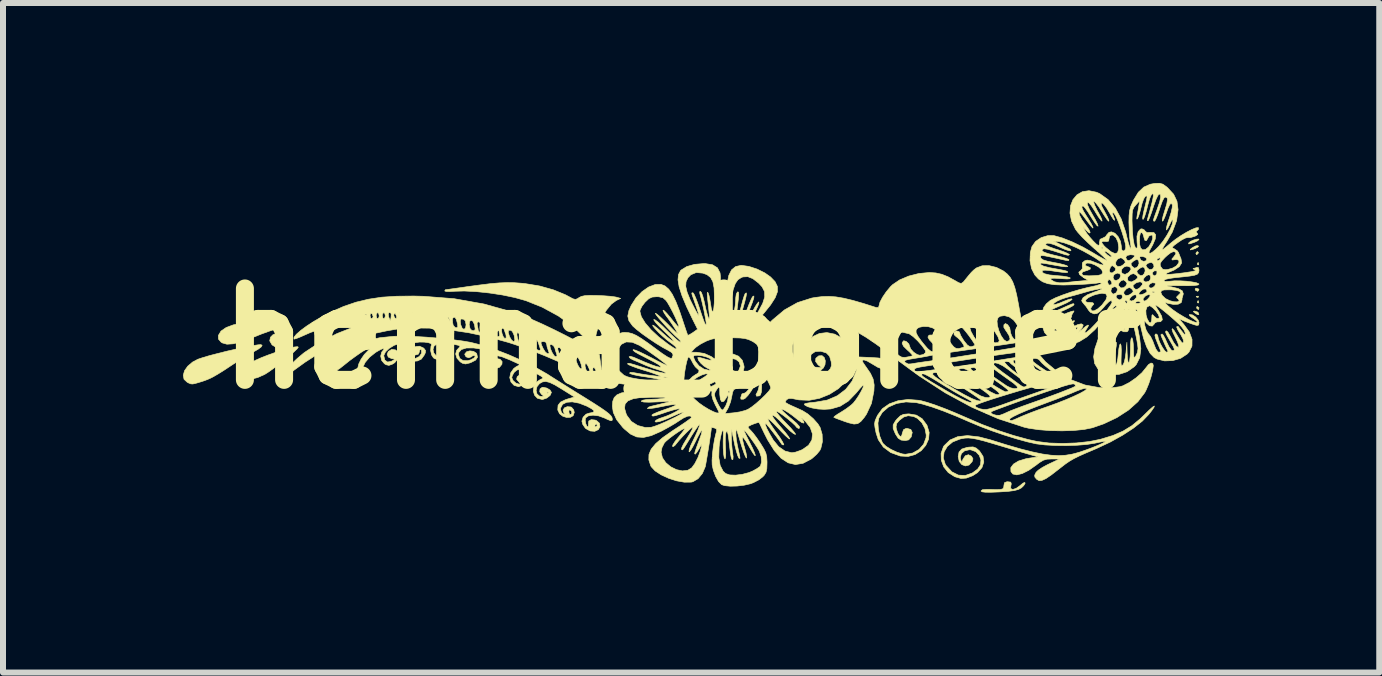
<source format=kicad_pcb>
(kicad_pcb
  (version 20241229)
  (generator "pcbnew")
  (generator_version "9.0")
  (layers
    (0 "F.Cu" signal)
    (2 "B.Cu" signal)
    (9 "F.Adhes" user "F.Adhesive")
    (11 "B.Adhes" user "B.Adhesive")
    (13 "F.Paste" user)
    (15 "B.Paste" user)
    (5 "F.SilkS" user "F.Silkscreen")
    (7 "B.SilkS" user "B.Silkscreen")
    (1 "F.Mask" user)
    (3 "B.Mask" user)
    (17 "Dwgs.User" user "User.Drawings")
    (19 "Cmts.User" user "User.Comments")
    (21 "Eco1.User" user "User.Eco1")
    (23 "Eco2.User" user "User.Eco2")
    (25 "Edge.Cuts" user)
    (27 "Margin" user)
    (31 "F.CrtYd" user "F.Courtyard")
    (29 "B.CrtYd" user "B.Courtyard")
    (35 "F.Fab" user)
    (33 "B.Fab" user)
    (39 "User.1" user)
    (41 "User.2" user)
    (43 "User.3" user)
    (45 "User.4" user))
  (footprint "henna_border"
    (layer "F.Cu")
    (at 8.326 2.593)
    (property "Reference" "henna_border" (at 0 0 0) (layer "F.SilkS") (effects (font (size 1.524 1.524) (thickness 0.3))))
    (attr through_hole)
    (fp_poly (pts (xy 8.602 -1.262) (xy 8.605 -1.231) (xy 8.602 -1.228) (xy 8.587 -1.231) (xy 8.585 -1.245) (xy 8.594 -1.266) (xy 8.602 -1.262)) (stroke (width 0.01) (type solid)) (fill yes) (layer "F.SilkS"))
    (fp_poly (pts (xy 8.602 -0.703) (xy 8.599 -0.688) (xy 8.585 -0.686) (xy 8.564 -0.695) (xy 8.568 -0.703) (xy 8.598 -0.706) (xy 8.602 -0.703)) (stroke (width 0.01) (type solid)) (fill yes) (layer "F.SilkS"))
    (fp_poly (pts (xy 8.602 -0.627) (xy 8.605 -0.596) (xy 8.602 -0.593) (xy 8.587 -0.596) (xy 8.585 -0.61) (xy 8.594 -0.631) (xy 8.602 -0.627)) (stroke (width 0.01) (type solid)) (fill yes) (layer "F.SilkS"))
    (fp_poly (pts (xy 8.587 -0.442) (xy 8.599 -0.43) (xy 8.609 -0.398) (xy 8.585 -0.399) (xy 8.549 -0.421) (xy 8.517 -0.448) (xy 8.528 -0.457) (xy 8.541 -0.457) (xy 8.587 -0.442)) (stroke (width 0.01) (type solid)) (fill yes) (layer "F.SilkS"))
    (fp_poly (pts (xy 8.602 -1.432) (xy 8.598 -1.422) (xy 8.575 -1.398) (xy 8.571 -1.397) (xy 8.56 -1.417) (xy 8.56 -1.422) (xy 8.579 -1.447) (xy 8.587 -1.448) (xy 8.602 -1.432)) (stroke (width 0.01) (type solid)) (fill yes) (layer "F.SilkS"))
    (fp_poly (pts (xy 8.606 -0.825) (xy 8.611 -0.813) (xy 8.592 -0.788) (xy 8.587 -0.787) (xy 8.552 -0.806) (xy 8.547 -0.813) (xy 8.553 -0.835) (xy 8.571 -0.838) (xy 8.606 -0.825)) (stroke (width 0.01) (type solid)) (fill yes) (layer "F.SilkS"))
    (fp_poly (pts (xy 8.61 -0.515) (xy 8.611 -0.508) (xy 8.602 -0.483) (xy 8.599 -0.483) (xy 8.578 -0.5) (xy 8.572 -0.508) (xy 8.575 -0.531) (xy 8.584 -0.533) (xy 8.61 -0.515)) (stroke (width 0.01) (type solid)) (fill yes) (layer "F.SilkS"))
    (fp_poly (pts (xy 8.605 -1.541) (xy 8.59 -1.522) (xy 8.546 -1.499) (xy 8.509 -1.487) (xy 8.466 -1.477) (xy 8.467 -1.487) (xy 8.495 -1.51) (xy 8.548 -1.541) (xy 8.582 -1.549) (xy 8.605 -1.541)) (stroke (width 0.01) (type solid)) (fill yes) (layer "F.SilkS"))
    (fp_poly (pts (xy -6.664 -0.091) (xy -6.619 -0.062) (xy -6.582 -0.002) (xy -6.595 0.059) (xy -6.629 0.102) (xy -6.702 0.145) (xy -6.779 0.145) (xy -6.841 0.106) (xy -6.88 0.039) (xy -6.867 -0.022) (xy -6.827 -0.062) (xy -6.743 -0.097) (xy -6.664 -0.091)) (stroke (width 0.01) (type solid)) (fill yes) (layer "F.SilkS"))
    (fp_poly (pts (xy 8.611 -1.652) (xy 8.589 -1.63) (xy 8.537 -1.605) (xy 8.531 -1.603) (xy 8.466 -1.581) (xy 8.439 -1.577) (xy 8.439 -1.589) (xy 8.444 -1.598) (xy 8.474 -1.621) (xy 8.524 -1.643) (xy 8.575 -1.657) (xy 8.607 -1.658) (xy 8.611 -1.652)) (stroke (width 0.01) (type solid)) (fill yes) (layer "F.SilkS"))
    (fp_poly (pts (xy -6.975 -0.266) (xy -6.892 -0.257) (xy -6.783 -0.242) (xy -6.693 -0.225) (xy -6.634 -0.21) (xy -6.618 -0.202) (xy -6.618 -0.183) (xy -6.656 -0.178) (xy -6.739 -0.166) (xy -6.858 -0.133) (xy -7.016 -0.076) (xy -7.171 -0.014) (xy -7.347 0.052) (xy -7.487 0.088) (xy -7.593 0.095) (xy -7.671 0.073) (xy -7.692 0.059) (xy -7.734 0.01) (xy -7.736 -0.048) (xy -7.734 -0.054) (xy -7.692 -0.124) (xy -7.606 -0.183) (xy -7.485 -0.228) (xy -7.334 -0.258) (xy -7.162 -0.271) (xy -6.975 -0.266)) (stroke (width 0.01) (type solid)) (fill yes) (layer "F.SilkS"))
    (fp_poly (pts (xy -6.403 0.144) (xy -6.423 0.172) (xy -6.475 0.222) (xy -6.551 0.288) (xy -6.64 0.362) (xy -6.735 0.437) (xy -6.827 0.506) (xy -6.906 0.562) (xy -6.963 0.598) (xy -6.966 0.599) (xy -7.079 0.65) (xy -7.161 0.671) (xy -7.224 0.664) (xy -7.261 0.645) (xy -7.309 0.589) (xy -7.308 0.525) (xy -7.261 0.457) (xy -7.188 0.401) (xy -7.113 0.361) (xy -7.014 0.317) (xy -6.9 0.273) (xy -6.78 0.23) (xy -6.663 0.192) (xy -6.557 0.161) (xy -6.473 0.142) (xy -6.418 0.136) (xy -6.403 0.144)) (stroke (width 0.01) (type solid)) (fill yes) (layer "F.SilkS"))
    (fp_poly (pts (xy -7.006 0.112) (xy -7.022 0.14) (xy -7.072 0.178) (xy -7.144 0.219) (xy -7.225 0.264) (xy -7.33 0.327) (xy -7.442 0.398) (xy -7.493 0.431) (xy -7.635 0.525) (xy -7.747 0.595) (xy -7.837 0.646) (xy -7.916 0.683) (xy -7.993 0.711) (xy -8.031 0.723) (xy -8.112 0.747) (xy -8.162 0.758) (xy -8.195 0.756) (xy -8.23 0.742) (xy -8.255 0.729) (xy -8.308 0.68) (xy -8.321 0.613) (xy -8.3 0.537) (xy -8.246 0.461) (xy -8.165 0.392) (xy -8.078 0.346) (xy -7.998 0.319) (xy -7.883 0.285) (xy -7.744 0.249) (xy -7.593 0.211) (xy -7.439 0.176) (xy -7.294 0.145) (xy -7.169 0.12) (xy -7.074 0.105) (xy -7.029 0.102) (xy -7.006 0.112)) (stroke (width 0.01) (type solid)) (fill yes) (layer "F.SilkS"))
    (fp_poly (pts (xy 5.473 2.394) (xy 5.482 2.424) (xy 5.476 2.451) (xy 5.471 2.498) (xy 5.497 2.514) (xy 5.512 2.515) (xy 5.565 2.497) (xy 5.624 2.455) (xy 5.63 2.45) (xy 5.678 2.41) (xy 5.708 2.399) (xy 5.712 2.416) (xy 5.689 2.452) (xy 5.65 2.49) (xy 5.601 2.516) (xy 5.53 2.535) (xy 5.43 2.548) (xy 5.289 2.557) (xy 5.268 2.558) (xy 5.136 2.563) (xy 5.047 2.562) (xy 4.997 2.556) (xy 4.979 2.544) (xy 4.978 2.541) (xy 5 2.521) (xy 5.068 2.515) (xy 5.112 2.515) (xy 5.225 2.519) (xy 5.298 2.517) (xy 5.338 2.507) (xy 5.355 2.487) (xy 5.359 2.454) (xy 5.359 2.451) (xy 5.369 2.403) (xy 5.409 2.388) (xy 5.426 2.388) (xy 5.473 2.394)) (stroke (width 0.01) (type solid)) (fill yes) (layer "F.SilkS"))
    (fp_poly (pts (xy -2.8 -0.93) (xy -2.677 -0.921) (xy -2.62 -0.915) (xy -2.378 -0.875) (xy -2.15 -0.811) (xy -1.95 -0.729) (xy -1.89 -0.697) (xy -1.825 -0.662) (xy -1.784 -0.652) (xy -1.749 -0.664) (xy -1.725 -0.681) (xy -1.684 -0.702) (xy -1.628 -0.714) (xy -1.545 -0.719) (xy -1.423 -0.717) (xy -1.422 -0.717) (xy -1.307 -0.712) (xy -1.203 -0.704) (xy -1.126 -0.694) (xy -1.105 -0.69) (xy -1.029 -0.669) (xy -1.105 -0.633) (xy -1.186 -0.572) (xy -1.267 -0.473) (xy -1.341 -0.348) (xy -1.4 -0.211) (xy -1.438 -0.073) (xy -1.445 -0.027) (xy -1.458 0.05) (xy -1.474 0.102) (xy -1.486 0.116) (xy -1.515 0.101) (xy -1.564 0.058) (xy -1.613 0.006) (xy -1.819 -0.194) (xy -2.064 -0.373) (xy -2.339 -0.523) (xy -2.616 -0.633) (xy -2.794 -0.683) (xy -3.001 -0.726) (xy -3.22 -0.759) (xy -3.437 -0.782) (xy -3.636 -0.792) (xy -3.793 -0.788) (xy -3.878 -0.783) (xy -3.939 -0.785) (xy -3.962 -0.793) (xy -3.962 -0.793) (xy -3.952 -0.813) (xy -3.951 -0.813) (xy -3.923 -0.816) (xy -3.855 -0.826) (xy -3.755 -0.84) (xy -3.634 -0.857) (xy -3.602 -0.862) (xy -3.382 -0.892) (xy -3.203 -0.914) (xy -3.052 -0.927) (xy -2.922 -0.932) (xy -2.8 -0.93)) (stroke (width 0.01) (type solid)) (fill yes) (layer "F.SilkS"))
    (fp_poly (pts (xy 3.134 0.316) (xy 3.261 0.324) (xy 3.347 0.336) (xy 3.4 0.355) (xy 3.43 0.385) (xy 3.445 0.425) (xy 3.445 0.485) (xy 3.41 0.514) (xy 3.346 0.512) (xy 3.258 0.48) (xy 3.159 0.421) (xy 3.08 0.375) (xy 3.024 0.356) (xy 2.998 0.366) (xy 2.997 0.372) (xy 3.011 0.401) (xy 3.046 0.453) (xy 3.057 0.468) (xy 3.134 0.58) (xy 3.179 0.676) (xy 3.196 0.774) (xy 3.192 0.875) (xy 3.151 1.082) (xy 3.069 1.259) (xy 3.032 1.314) (xy 2.974 1.383) (xy 2.922 1.419) (xy 2.86 1.426) (xy 2.774 1.406) (xy 2.707 1.384) (xy 2.621 1.353) (xy 2.556 1.328) (xy 2.524 1.313) (xy 2.523 1.313) (xy 2.538 1.296) (xy 2.586 1.262) (xy 2.647 1.225) (xy 2.733 1.17) (xy 2.812 1.11) (xy 2.849 1.076) (xy 2.892 1.021) (xy 2.939 0.951) (xy 2.981 0.878) (xy 3.011 0.817) (xy 3.021 0.78) (xy 3.019 0.776) (xy 3 0.789) (xy 2.958 0.834) (xy 2.903 0.9) (xy 2.895 0.909) (xy 2.767 1.042) (xy 2.629 1.129) (xy 2.474 1.174) (xy 2.363 1.181) (xy 2.259 1.175) (xy 2.162 1.158) (xy 2.085 1.135) (xy 2.039 1.108) (xy 2.032 1.092) (xy 2.055 1.082) (xy 2.117 1.071) (xy 2.204 1.062) (xy 2.216 1.061) (xy 2.412 1.027) (xy 2.582 0.954) (xy 2.723 0.847) (xy 2.829 0.709) (xy 2.895 0.546) (xy 2.914 0.443) (xy 2.928 0.307) (xy 3.134 0.316)) (stroke (width 0.01) (type solid)) (fill yes) (layer "F.SilkS"))
    (fp_poly (pts (xy 3.942 1.03) (xy 3.982 1.038) (xy 4.081 1.065) (xy 4.214 1.109) (xy 4.369 1.167) (xy 4.535 1.234) (xy 4.699 1.305) (xy 4.75 1.327) (xy 4.998 1.434) (xy 5.26 1.532) (xy 5.521 1.617) (xy 5.765 1.684) (xy 5.918 1.717) (xy 6.113 1.742) (xy 6.336 1.749) (xy 6.567 1.741) (xy 6.787 1.717) (xy 6.972 1.679) (xy 7.178 1.616) (xy 7.346 1.543) (xy 7.493 1.453) (xy 7.632 1.338) (xy 7.686 1.286) (xy 7.779 1.195) (xy 7.84 1.141) (xy 7.867 1.125) (xy 7.862 1.145) (xy 7.823 1.202) (xy 7.773 1.266) (xy 7.666 1.377) (xy 7.518 1.494) (xy 7.337 1.612) (xy 7.132 1.726) (xy 6.91 1.83) (xy 6.883 1.842) (xy 6.732 1.906) (xy 6.617 1.957) (xy 6.528 2.001) (xy 6.454 2.044) (xy 6.385 2.091) (xy 6.31 2.149) (xy 6.269 2.181) (xy 6.149 2.274) (xy 6.059 2.335) (xy 5.993 2.365) (xy 5.945 2.369) (xy 5.908 2.348) (xy 5.906 2.347) (xy 5.875 2.31) (xy 5.872 2.278) (xy 5.895 2.231) (xy 5.931 2.196) (xy 5.999 2.15) (xy 6.088 2.102) (xy 6.105 2.094) (xy 6.287 2.008) (xy 6.156 2.008) (xy 6.078 2.011) (xy 6.016 2.029) (xy 5.951 2.068) (xy 5.898 2.109) (xy 5.774 2.196) (xy 5.664 2.251) (xy 5.574 2.273) (xy 5.508 2.259) (xy 5.476 2.218) (xy 5.474 2.153) (xy 5.519 2.093) (xy 5.603 2.042) (xy 5.723 2.005) (xy 5.791 1.993) (xy 5.931 1.973) (xy 5.842 1.949) (xy 5.788 1.933) (xy 5.695 1.906) (xy 5.575 1.871) (xy 5.438 1.829) (xy 5.347 1.802) (xy 5.166 1.748) (xy 5.025 1.707) (xy 4.917 1.68) (xy 4.833 1.664) (xy 4.767 1.658) (xy 4.709 1.66) (xy 4.652 1.67) (xy 4.627 1.676) (xy 4.505 1.724) (xy 4.416 1.798) (xy 4.362 1.89) (xy 4.349 1.991) (xy 4.381 2.094) (xy 4.396 2.118) (xy 4.491 2.222) (xy 4.6 2.277) (xy 4.716 2.283) (xy 4.834 2.241) (xy 4.921 2.177) (xy 4.969 2.105) (xy 4.976 2.024) (xy 4.948 1.947) (xy 4.891 1.886) (xy 4.809 1.856) (xy 4.784 1.854) (xy 4.704 1.872) (xy 4.65 1.919) (xy 4.632 1.983) (xy 4.637 2.011) (xy 4.655 2.069) (xy 4.677 2.012) (xy 4.716 1.954) (xy 4.768 1.937) (xy 4.818 1.962) (xy 4.843 2.005) (xy 4.829 2.053) (xy 4.778 2.109) (xy 4.717 2.124) (xy 4.658 2.102) (xy 4.614 2.048) (xy 4.597 1.968) (xy 4.611 1.892) (xy 4.656 1.843) (xy 4.741 1.816) (xy 4.773 1.811) (xy 4.844 1.807) (xy 4.896 1.826) (xy 4.952 1.874) (xy 5.011 1.964) (xy 5.024 2.059) (xy 4.993 2.152) (xy 4.919 2.235) (xy 4.838 2.287) (xy 4.733 2.327) (xy 4.644 2.333) (xy 4.548 2.306) (xy 4.536 2.301) (xy 4.431 2.234) (xy 4.356 2.14) (xy 4.315 2.029) (xy 4.312 1.914) (xy 4.35 1.806) (xy 4.362 1.787) (xy 4.46 1.692) (xy 4.59 1.636) (xy 4.752 1.618) (xy 4.945 1.64) (xy 5.131 1.688) (xy 5.404 1.773) (xy 5.635 1.84) (xy 5.832 1.89) (xy 5.999 1.925) (xy 6.143 1.945) (xy 6.269 1.952) (xy 6.385 1.946) (xy 6.495 1.928) (xy 6.54 1.917) (xy 6.622 1.894) (xy 6.718 1.861) (xy 6.819 1.824) (xy 6.914 1.786) (xy 6.992 1.752) (xy 7.042 1.726) (xy 7.055 1.713) (xy 7.029 1.714) (xy 6.966 1.725) (xy 6.88 1.744) (xy 6.87 1.746) (xy 6.742 1.766) (xy 6.58 1.779) (xy 6.399 1.785) (xy 6.215 1.783) (xy 6.045 1.774) (xy 5.904 1.757) (xy 5.893 1.755) (xy 5.744 1.721) (xy 5.563 1.671) (xy 5.365 1.609) (xy 5.163 1.54) (xy 4.972 1.468) (xy 4.805 1.398) (xy 4.804 1.398) (xy 4.571 1.297) (xy 4.354 1.21) (xy 4.161 1.141) (xy 3.999 1.092) (xy 3.899 1.069) (xy 3.726 1.057) (xy 3.569 1.083) (xy 3.435 1.142) (xy 3.331 1.232) (xy 3.274 1.327) (xy 3.259 1.409) (xy 3.266 1.516) (xy 3.29 1.628) (xy 3.329 1.725) (xy 3.341 1.746) (xy 3.394 1.797) (xy 3.479 1.85) (xy 3.576 1.895) (xy 3.668 1.924) (xy 3.716 1.93) (xy 3.839 1.909) (xy 3.944 1.85) (xy 4.021 1.762) (xy 4.061 1.653) (xy 4.064 1.609) (xy 4.044 1.503) (xy 3.992 1.405) (xy 3.918 1.331) (xy 3.854 1.3) (xy 3.763 1.287) (xy 3.69 1.308) (xy 3.617 1.363) (xy 3.572 1.416) (xy 3.561 1.471) (xy 3.566 1.506) (xy 3.588 1.574) (xy 3.617 1.621) (xy 3.642 1.636) (xy 3.657 1.614) (xy 3.666 1.577) (xy 3.686 1.52) (xy 3.725 1.5) (xy 3.747 1.499) (xy 3.807 1.516) (xy 3.831 1.565) (xy 3.814 1.639) (xy 3.814 1.64) (xy 3.771 1.69) (xy 3.715 1.701) (xy 3.645 1.693) (xy 3.597 1.662) (xy 3.554 1.596) (xy 3.547 1.582) (xy 3.513 1.501) (xy 3.513 1.439) (xy 3.55 1.375) (xy 3.579 1.34) (xy 3.632 1.289) (xy 3.685 1.264) (xy 3.76 1.257) (xy 3.78 1.257) (xy 3.9 1.277) (xy 3.996 1.337) (xy 4.074 1.442) (xy 4.079 1.453) (xy 4.113 1.566) (xy 4.103 1.679) (xy 4.056 1.782) (xy 3.98 1.87) (xy 3.879 1.934) (xy 3.762 1.966) (xy 3.635 1.959) (xy 3.632 1.959) (xy 3.472 1.901) (xy 3.349 1.809) (xy 3.265 1.686) (xy 3.228 1.574) (xy 3.21 1.484) (xy 3.203 1.424) (xy 3.211 1.375) (xy 3.235 1.317) (xy 3.254 1.278) (xy 3.333 1.17) (xy 3.449 1.089) (xy 3.595 1.037) (xy 3.761 1.016) (xy 3.942 1.03)) (stroke (width 0.01) (type solid)) (fill yes) (layer "F.SilkS"))
    (fp_poly (pts (xy -4.479 -0.035) (xy -4.272 -0.023) (xy -4.055 -0.005) (xy -3.842 0.018) (xy -3.647 0.044) (xy -3.531 0.064) (xy -3.343 0.111) (xy -3.128 0.181) (xy -2.898 0.27) (xy -2.667 0.372) (xy -2.447 0.482) (xy -2.251 0.594) (xy -2.21 0.621) (xy -2.115 0.681) (xy -1.995 0.757) (xy -1.87 0.835) (xy -1.803 0.877) (xy -1.619 0.991) (xy -1.474 1.082) (xy -1.363 1.154) (xy -1.282 1.21) (xy -1.227 1.253) (xy -1.193 1.287) (xy -1.175 1.315) (xy -1.169 1.34) (xy -1.168 1.347) (xy -1.174 1.368) (xy -1.198 1.369) (xy -1.249 1.349) (xy -1.295 1.327) (xy -1.395 1.29) (xy -1.491 1.278) (xy -1.569 1.29) (xy -1.614 1.323) (xy -1.621 1.365) (xy -1.612 1.419) (xy -1.593 1.462) (xy -1.577 1.473) (xy -1.564 1.453) (xy -1.565 1.448) (xy -1.46 1.448) (xy -1.458 1.471) (xy -1.449 1.473) (xy -1.423 1.455) (xy -1.422 1.448) (xy -1.431 1.423) (xy -1.434 1.422) (xy -1.455 1.44) (xy -1.46 1.448) (xy -1.565 1.448) (xy -1.567 1.423) (xy -1.561 1.375) (xy -1.52 1.352) (xy -1.456 1.359) (xy -1.433 1.368) (xy -1.383 1.412) (xy -1.375 1.471) (xy -1.402 1.519) (xy -1.462 1.547) (xy -1.538 1.541) (xy -1.608 1.503) (xy -1.621 1.491) (xy -1.661 1.432) (xy -1.676 1.378) (xy -1.656 1.312) (xy -1.606 1.261) (xy -1.554 1.244) (xy -1.496 1.232) (xy -1.478 1.223) (xy -1.475 1.202) (xy -1.514 1.171) (xy -1.592 1.128) (xy -1.72 1.078) (xy -1.836 1.056) (xy -1.93 1.063) (xy -1.998 1.097) (xy -2.03 1.158) (xy -2.032 1.181) (xy -2.016 1.233) (xy -1.99 1.255) (xy -1.963 1.261) (xy -1.976 1.238) (xy -1.982 1.221) (xy -1.894 1.221) (xy -1.883 1.263) (xy -1.858 1.265) (xy -1.843 1.247) (xy -1.848 1.214) (xy -1.862 1.198) (xy -1.887 1.188) (xy -1.894 1.221) (xy -1.982 1.221) (xy -1.99 1.194) (xy -1.967 1.156) (xy -1.919 1.136) (xy -1.861 1.141) (xy -1.848 1.147) (xy -1.813 1.188) (xy -1.803 1.232) (xy -1.822 1.287) (xy -1.869 1.314) (xy -1.93 1.316) (xy -1.994 1.296) (xy -2.048 1.254) (xy -2.077 1.194) (xy -2.078 1.185) (xy -2.073 1.113) (xy -2.033 1.061) (xy -1.952 1.021) (xy -1.913 1.008) (xy -1.8 0.975) (xy -2.011 0.843) (xy -2.127 0.773) (xy -2.213 0.732) (xy -2.278 0.716) (xy -2.331 0.723) (xy -2.382 0.751) (xy -2.425 0.803) (xy -2.439 0.866) (xy -2.424 0.924) (xy -2.383 0.96) (xy -2.355 0.965) (xy -2.318 0.963) (xy -2.326 0.948) (xy -2.349 0.931) (xy -2.369 0.902) (xy -2.261 0.902) (xy -2.248 0.914) (xy -2.235 0.902) (xy -2.248 0.889) (xy -2.261 0.902) (xy -2.369 0.902) (xy -2.379 0.887) (xy -2.374 0.841) (xy -2.338 0.814) (xy -2.323 0.813) (xy -2.261 0.826) (xy -2.208 0.858) (xy -2.184 0.897) (xy -2.184 0.899) (xy -2.206 0.949) (xy -2.26 0.992) (xy -2.327 1.015) (xy -2.341 1.016) (xy -2.417 0.996) (xy -2.465 0.945) (xy -2.486 0.876) (xy -2.478 0.801) (xy -2.441 0.733) (xy -2.372 0.685) (xy -2.368 0.683) (xy -2.333 0.668) (xy -2.325 0.654) (xy -2.349 0.632) (xy -2.412 0.596) (xy -2.437 0.583) (xy -2.564 0.527) (xy -2.673 0.508) (xy -2.759 0.525) (xy -2.805 0.564) (xy -2.835 0.617) (xy -2.845 0.652) (xy -2.824 0.7) (xy -2.776 0.743) (xy -2.722 0.761) (xy -2.694 0.757) (xy -2.707 0.74) (xy -2.724 0.727) (xy -2.764 0.679) (xy -2.754 0.636) (xy -2.716 0.609) (xy -2.656 0.595) (xy -2.614 0.618) (xy -2.595 0.663) (xy -2.603 0.718) (xy -2.643 0.769) (xy -2.653 0.776) (xy -2.732 0.803) (xy -2.806 0.781) (xy -2.858 0.726) (xy -2.879 0.652) (xy -2.862 0.571) (xy -2.812 0.5) (xy -2.772 0.471) (xy -2.705 0.435) (xy -2.876 0.357) (xy -3.004 0.306) (xy -3.101 0.282) (xy -3.179 0.285) (xy -3.211 0.295) (xy -3.246 0.328) (xy -3.247 0.377) (xy -3.222 0.424) (xy -3.176 0.453) (xy -3.151 0.455) (xy -3.129 0.449) (xy -3.143 0.44) (xy -3.174 0.408) (xy -3.172 0.365) (xy -3.14 0.334) (xy -3.118 0.331) (xy -3.041 0.345) (xy -3.006 0.384) (xy -3.009 0.429) (xy -3.049 0.48) (xy -3.115 0.502) (xy -3.193 0.49) (xy -3.223 0.475) (xy -3.283 0.417) (xy -3.295 0.347) (xy -3.257 0.274) (xy -3.251 0.267) (xy -3.196 0.208) (xy -3.327 0.18) (xy -3.482 0.157) (xy -3.602 0.158) (xy -3.686 0.184) (xy -3.729 0.234) (xy -3.734 0.267) (xy -3.713 0.331) (xy -3.658 0.367) (xy -3.581 0.37) (xy -3.532 0.356) (xy -3.479 0.328) (xy -3.455 0.303) (xy -3.454 0.302) (xy -3.47 0.281) (xy -3.506 0.293) (xy -3.521 0.306) (xy -3.564 0.321) (xy -3.607 0.305) (xy -3.628 0.268) (xy -3.627 0.257) (xy -3.598 0.221) (xy -3.544 0.206) (xy -3.483 0.214) (xy -3.436 0.244) (xy -3.429 0.254) (xy -3.416 0.312) (xy -3.447 0.36) (xy -3.525 0.4) (xy -3.548 0.408) (xy -3.615 0.424) (xy -3.664 0.414) (xy -3.705 0.388) (xy -3.759 0.327) (xy -3.78 0.258) (xy -3.764 0.197) (xy -3.748 0.179) (xy -3.715 0.143) (xy -3.708 0.127) (xy -3.731 0.114) (xy -3.79 0.101) (xy -3.87 0.091) (xy -3.955 0.084) (xy -4.031 0.082) (xy -4.084 0.087) (xy -4.087 0.088) (xy -4.14 0.125) (xy -4.158 0.181) (xy -4.146 0.24) (xy -4.106 0.287) (xy -4.043 0.305) (xy -3.973 0.291) (xy -3.924 0.255) (xy -3.912 0.223) (xy -3.93 0.217) (xy -3.965 0.23) (xy -4.021 0.243) (xy -4.056 0.219) (xy -4.057 0.17) (xy -4.055 0.167) (xy -4.02 0.136) (xy -3.963 0.128) (xy -3.906 0.146) (xy -3.891 0.157) (xy -3.863 0.211) (xy -3.875 0.264) (xy -3.917 0.31) (xy -3.979 0.342) (xy -4.05 0.354) (xy -4.122 0.339) (xy -4.15 0.323) (xy -4.181 0.275) (xy -4.197 0.203) (xy -4.192 0.132) (xy -4.182 0.107) (xy -4.19 0.085) (xy -4.235 0.069) (xy -4.303 0.06) (xy -4.381 0.059) (xy -4.455 0.069) (xy -4.481 0.076) (xy -4.56 0.123) (xy -4.596 0.197) (xy -4.593 0.268) (xy -4.563 0.316) (xy -4.508 0.335) (xy -4.444 0.329) (xy -4.386 0.3) (xy -4.351 0.249) (xy -4.348 0.234) (xy -4.351 0.19) (xy -4.364 0.178) (xy -4.383 0.199) (xy -4.385 0.222) (xy -4.401 0.26) (xy -4.451 0.275) (xy -4.503 0.273) (xy -4.521 0.245) (xy -4.521 0.235) (xy -4.501 0.173) (xy -4.449 0.135) (xy -4.383 0.128) (xy -4.318 0.157) (xy -4.307 0.167) (xy -4.282 0.201) (xy -4.286 0.239) (xy -4.305 0.278) (xy -4.352 0.343) (xy -4.417 0.374) (xy -4.496 0.381) (xy -4.58 0.363) (xy -4.629 0.309) (xy -4.644 0.218) (xy -4.641 0.183) (xy -4.628 0.07) (xy -4.717 0.085) (xy -4.805 0.113) (xy -4.887 0.163) (xy -4.949 0.222) (xy -4.978 0.282) (xy -4.978 0.29) (xy -4.961 0.36) (xy -4.916 0.392) (xy -4.853 0.38) (xy -4.847 0.377) (xy -4.788 0.344) (xy -4.847 0.335) (xy -4.904 0.309) (xy -4.922 0.262) (xy -4.902 0.216) (xy -4.846 0.181) (xy -4.783 0.19) (xy -4.749 0.217) (xy -4.73 0.275) (xy -4.748 0.343) (xy -4.796 0.403) (xy -4.834 0.427) (xy -4.893 0.448) (xy -4.94 0.437) (xy -4.967 0.421) (xy -5.014 0.365) (xy -5.03 0.293) (xy -5.013 0.226) (xy -4.999 0.209) (xy -4.974 0.176) (xy -4.986 0.167) (xy -5.028 0.182) (xy -5.093 0.218) (xy -5.117 0.233) (xy -5.216 0.312) (xy -5.289 0.399) (xy -5.329 0.482) (xy -5.334 0.514) (xy -5.352 0.552) (xy -5.372 0.559) (xy -5.406 0.54) (xy -5.412 0.492) (xy -5.395 0.423) (xy -5.357 0.345) (xy -5.303 0.267) (xy -5.248 0.209) (xy -5.198 0.162) (xy -5.171 0.133) (xy -5.171 0.127) (xy -5.209 0.141) (xy -5.276 0.18) (xy -5.362 0.235) (xy -5.456 0.301) (xy -5.549 0.369) (xy -5.625 0.43) (xy -5.716 0.502) (xy -5.785 0.543) (xy -5.844 0.558) (xy -5.861 0.559) (xy -5.932 0.543) (xy -5.967 0.501) (xy -5.966 0.441) (xy -5.93 0.37) (xy -5.86 0.297) (xy -5.829 0.274) (xy -5.604 0.145) (xy -5.341 0.049) (xy -5.045 -0.013) (xy -4.813 -0.037) (xy -4.664 -0.04) (xy -4.479 -0.035)) (stroke (width 0.01) (type solid)) (fill yes) (layer "F.SilkS"))
    (fp_poly (pts (xy -4.318 -0.704) (xy -3.806 -0.664) (xy -3.307 -0.575) (xy -2.824 -0.439) (xy -2.654 -0.378) (xy -2.509 -0.318) (xy -2.334 -0.24) (xy -2.143 -0.149) (xy -1.951 -0.053) (xy -1.771 0.041) (xy -1.618 0.126) (xy -1.588 0.144) (xy -1.385 0.267) (xy -1.351 0.504) (xy -1.338 0.608) (xy -1.33 0.692) (xy -1.328 0.743) (xy -1.33 0.754) (xy -1.356 0.749) (xy -1.409 0.722) (xy -1.441 0.703) (xy -1.608 0.606) (xy -1.813 0.501) (xy -2.045 0.394) (xy -2.293 0.288) (xy -2.545 0.188) (xy -2.791 0.101) (xy -2.899 0.066) (xy -3.227 -0.025) (xy -3.562 -0.096) (xy -3.895 -0.146) (xy -4.215 -0.173) (xy -4.512 -0.176) (xy -4.775 -0.155) (xy -4.778 -0.154) (xy -4.93 -0.128) (xy -5.108 -0.09) (xy -5.296 -0.045) (xy -5.478 0.004) (xy -5.639 0.053) (xy -5.747 0.091) (xy -5.913 0.168) (xy -6.1 0.272) (xy -6.292 0.396) (xy -6.476 0.529) (xy -6.638 0.661) (xy -6.674 0.694) (xy -6.728 0.739) (xy -6.754 0.744) (xy -6.756 0.735) (xy -6.738 0.686) (xy -6.688 0.613) (xy -6.614 0.525) (xy -6.522 0.429) (xy -6.422 0.334) (xy -6.32 0.248) (xy -6.298 0.231) (xy -6.046 0.065) (xy -5.759 -0.082) (xy -5.452 -0.203) (xy -5.437 -0.208) (xy -5.22 -0.28) (xy -5.448 -0.266) (xy -5.709 -0.236) (xy -5.966 -0.179) (xy -6.2 -0.101) (xy -6.286 -0.063) (xy -6.372 -0.025) (xy -6.438 0.001) (xy -6.473 0.01) (xy -6.476 0.009) (xy -6.475 -0.022) (xy -6.435 -0.071) (xy -6.362 -0.135) (xy -6.263 -0.208) (xy -6.177 -0.264) (xy -5.893 -0.264) (xy -5.872 -0.255) (xy -5.855 -0.254) (xy -5.821 -0.267) (xy -5.817 -0.279) (xy -5.835 -0.293) (xy -5.855 -0.289) (xy -5.888 -0.271) (xy -5.893 -0.264) (xy -6.177 -0.264) (xy -6.145 -0.285) (xy -6.067 -0.33) (xy -5.664 -0.33) (xy -5.644 -0.308) (xy -5.626 -0.305) (xy -5.592 -0.319) (xy -5.588 -0.33) (xy -5.609 -0.353) (xy -5.626 -0.356) (xy -5.66 -0.342) (xy -5.664 -0.33) (xy -6.067 -0.33) (xy -6.022 -0.357) (xy -5.534 -0.357) (xy -5.525 -0.331) (xy -5.494 -0.316) (xy -5.482 -0.32) (xy -5.472 -0.347) (xy -5.472 -0.347) (xy -5.434 -0.347) (xy -5.419 -0.322) (xy -5.388 -0.317) (xy -5.364 -0.346) (xy -5.36 -0.368) (xy -5.309 -0.368) (xy -5.295 -0.334) (xy -5.283 -0.33) (xy -5.261 -0.351) (xy -5.258 -0.368) (xy -5.264 -0.383) (xy -5.207 -0.383) (xy -5.197 -0.34) (xy -5.182 -0.33) (xy -5.159 -0.351) (xy -5.156 -0.367) (xy -5.161 -0.381) (xy -5.105 -0.381) (xy -5.095 -0.34) (xy -5.08 -0.33) (xy -5.059 -0.351) (xy -5.055 -0.381) (xy -5.004 -0.381) (xy -4.993 -0.34) (xy -4.978 -0.33) (xy -4.958 -0.351) (xy -4.953 -0.381) (xy -4.96 -0.41) (xy -4.904 -0.41) (xy -4.897 -0.362) (xy -4.895 -0.356) (xy -4.868 -0.292) (xy -4.858 -0.351) (xy -4.855 -0.388) (xy -4.813 -0.388) (xy -4.8 -0.349) (xy -4.775 -0.33) (xy -4.764 -0.35) (xy -4.768 -0.381) (xy -4.774 -0.392) (xy -4.719 -0.392) (xy -4.707 -0.344) (xy -4.683 -0.309) (xy -4.672 -0.305) (xy -4.65 -0.325) (xy -4.649 -0.337) (xy -4.66 -0.382) (xy -4.685 -0.419) (xy -4.709 -0.429) (xy -4.62 -0.429) (xy -4.615 -0.401) (xy -4.614 -0.398) (xy -4.598 -0.343) (xy -4.594 -0.322) (xy -4.587 -0.317) (xy -4.579 -0.339) (xy -4.582 -0.364) (xy -4.521 -0.364) (xy -4.515 -0.317) (xy -4.505 -0.297) (xy -4.477 -0.288) (xy -4.462 -0.318) (xy -4.464 -0.364) (xy -4.419 -0.364) (xy -4.413 -0.316) (xy -4.403 -0.296) (xy -4.371 -0.282) (xy -4.333 -0.28) (xy -4.318 -0.29) (xy -4.329 -0.335) (xy -4.343 -0.364) (xy -4.29 -0.364) (xy -4.28 -0.312) (xy -4.258 -0.268) (xy -4.239 -0.254) (xy -4.222 -0.275) (xy -4.228 -0.324) (xy -4.237 -0.35) (xy -4.189 -0.35) (xy -4.175 -0.286) (xy -4.149 -0.241) (xy -4.122 -0.229) (xy -4.096 -0.245) (xy -4.099 -0.269) (xy -4.109 -0.313) (xy -4.065 -0.313) (xy -4.059 -0.264) (xy -4.047 -0.246) (xy -4.012 -0.229) (xy -3.992 -0.259) (xy -3.99 -0.279) (xy -3.937 -0.279) (xy -3.927 -0.221) (xy -3.896 -0.203) (xy -3.867 -0.218) (xy -3.871 -0.243) (xy -3.881 -0.284) (xy -3.834 -0.284) (xy -3.822 -0.223) (xy -3.82 -0.218) (xy -3.788 -0.183) (xy -3.769 -0.178) (xy -3.745 -0.192) (xy -3.748 -0.242) (xy -3.75 -0.248) (xy -3.763 -0.296) (xy -3.704 -0.296) (xy -3.696 -0.23) (xy -3.671 -0.17) (xy -3.64 -0.153) (xy -3.615 -0.178) (xy -3.607 -0.229) (xy -3.607 -0.231) (xy -3.555 -0.231) (xy -3.541 -0.167) (xy -3.512 -0.135) (xy -3.477 -0.129) (xy -3.455 -0.151) (xy -3.455 -0.159) (xy -3.466 -0.231) (xy -3.481 -0.264) (xy -3.423 -0.264) (xy -3.42 -0.222) (xy -3.407 -0.163) (xy -3.404 -0.133) (xy -3.383 -0.105) (xy -3.365 -0.102) (xy -3.332 -0.119) (xy -3.328 -0.133) (xy -3.339 -0.208) (xy -3.339 -0.208) (xy -3.291 -0.208) (xy -3.288 -0.19) (xy -3.27 -0.13) (xy -3.265 -0.114) (xy -3.233 -0.08) (xy -3.213 -0.076) (xy -3.187 -0.088) (xy -3.188 -0.132) (xy -3.191 -0.146) (xy -3.209 -0.189) (xy -3.138 -0.189) (xy -3.135 -0.139) (xy -3.134 -0.133) (xy -3.118 -0.076) (xy -3.106 -0.044) (xy -3.077 -0.026) (xy -3.051 -0.042) (xy -3.048 -0.057) (xy -3.059 -0.13) (xy -3.063 -0.138) (xy -3.017 -0.138) (xy -3.007 -0.083) (xy -2.987 -0.03) (xy -2.962 -0.001) (xy -2.958 0) (xy -2.938 -0.013) (xy -2.941 -0.057) (xy -2.947 -0.08) (xy -2.955 -0.1) (xy -2.904 -0.1) (xy -2.882 -0.031) (xy -2.85 0.024) (xy -2.819 0.05) (xy -2.798 0.042) (xy -2.794 0.019) (xy -2.806 -0.056) (xy -2.81 -0.064) (xy -2.76 -0.064) (xy -2.75 -0.008) (xy -2.73 0.046) (xy -2.706 0.075) (xy -2.702 0.076) (xy -2.678 0.061) (xy -2.681 0.011) (xy -2.682 0.006) (xy -2.694 -0.027) (xy -2.642 -0.027) (xy -2.63 0.031) (xy -2.601 0.088) (xy -2.568 0.123) (xy -2.556 0.127) (xy -2.534 0.118) (xy -2.534 0.084) (xy -2.547 0.038) (xy -2.565 0.001) (xy -2.515 0.001) (xy -2.503 0.053) (xy -2.476 0.117) (xy -2.445 0.169) (xy -2.43 0.183) (xy -2.384 0.202) (xy -2.367 0.185) (xy -2.372 0.163) (xy -2.391 0.105) (xy -2.4 0.072) (xy -2.359 0.072) (xy -2.345 0.116) (xy -2.321 0.168) (xy -2.286 0.224) (xy -2.25 0.253) (xy -2.244 0.254) (xy -2.221 0.244) (xy -2.233 0.206) (xy -2.234 0.205) (xy -2.256 0.139) (xy -2.259 0.119) (xy -2.21 0.119) (xy -2.199 0.173) (xy -2.172 0.234) (xy -2.14 0.285) (xy -2.113 0.305) (xy -2.09 0.289) (xy -2.096 0.26) (xy -2.117 0.198) (xy -2.125 0.168) (xy -2.08 0.168) (xy -2.07 0.208) (xy -2.053 0.257) (xy -2.024 0.321) (xy -1.992 0.365) (xy -1.967 0.375) (xy -1.965 0.373) (xy -1.968 0.348) (xy -1.981 0.29) (xy -1.988 0.26) (xy -2.006 0.211) (xy -1.947 0.211) (xy -1.946 0.24) (xy -1.93 0.295) (xy -1.907 0.359) (xy -1.882 0.411) (xy -1.873 0.425) (xy -1.836 0.455) (xy -1.812 0.447) (xy -1.813 0.413) (xy -1.829 0.354) (xy -1.836 0.325) (xy -1.776 0.325) (xy -1.769 0.379) (xy -1.746 0.439) (xy -1.716 0.489) (xy -1.689 0.509) (xy -1.677 0.491) (xy -1.676 0.486) (xy -1.682 0.458) (xy -1.624 0.458) (xy -1.611 0.51) (xy -1.599 0.535) (xy -1.566 0.579) (xy -1.545 0.578) (xy -1.545 0.535) (xy -1.553 0.508) (xy -1.558 0.496) (xy -1.496 0.496) (xy -1.491 0.543) (xy -1.472 0.599) (xy -1.448 0.647) (xy -1.431 0.648) (xy -1.427 0.609) (xy -1.435 0.561) (xy -1.453 0.507) (xy -1.474 0.483) (xy -1.475 0.483) (xy -1.496 0.496) (xy -1.558 0.496) (xy -1.579 0.45) (xy -1.602 0.418) (xy -1.603 0.418) (xy -1.621 0.422) (xy -1.624 0.458) (xy -1.682 0.458) (xy -1.686 0.438) (xy -1.707 0.378) (xy -1.733 0.327) (xy -1.755 0.305) (xy -1.755 0.305) (xy -1.776 0.325) (xy -1.836 0.325) (xy -1.843 0.3) (xy -1.867 0.249) (xy -1.905 0.213) (xy -1.94 0.207) (xy -1.947 0.211) (xy -2.006 0.211) (xy -2.013 0.195) (xy -2.04 0.157) (xy -2.05 0.152) (xy -2.074 0.154) (xy -2.08 0.168) (xy -2.125 0.168) (xy -2.127 0.159) (xy -2.148 0.122) (xy -2.18 0.1) (xy -2.205 0.103) (xy -2.21 0.119) (xy -2.259 0.119) (xy -2.261 0.103) (xy -2.278 0.06) (xy -2.311 0.051) (xy -2.348 0.054) (xy -2.359 0.072) (xy -2.4 0.072) (xy -2.403 0.064) (xy -2.425 0.025) (xy -2.462 -0.005) (xy -2.497 -0.017) (xy -2.514 -0.002) (xy -2.515 0.001) (xy -2.565 0.001) (xy -2.572 -0.015) (xy -2.604 -0.048) (xy -2.631 -0.054) (xy -2.642 -0.027) (xy -2.694 -0.027) (xy -2.704 -0.058) (xy -2.731 -0.097) (xy -2.752 -0.1) (xy -2.76 -0.064) (xy -2.81 -0.064) (xy -2.834 -0.116) (xy -2.859 -0.137) (xy -2.898 -0.138) (xy -2.904 -0.1) (xy -2.955 -0.1) (xy -2.973 -0.153) (xy -2.995 -0.179) (xy -3.01 -0.173) (xy -3.017 -0.138) (xy -3.063 -0.138) (xy -3.085 -0.184) (xy -3.115 -0.203) (xy -3.138 -0.189) (xy -3.209 -0.189) (xy -3.218 -0.212) (xy -3.255 -0.243) (xy -3.281 -0.239) (xy -3.291 -0.208) (xy -3.339 -0.208) (xy -3.366 -0.262) (xy -3.397 -0.279) (xy -3.423 -0.264) (xy -3.481 -0.264) (xy -3.491 -0.286) (xy -3.521 -0.305) (xy -3.548 -0.284) (xy -3.555 -0.231) (xy -3.607 -0.231) (xy -3.619 -0.293) (xy -3.646 -0.321) (xy -3.689 -0.327) (xy -3.704 -0.296) (xy -3.763 -0.296) (xy -3.769 -0.317) (xy -3.789 -0.349) (xy -3.812 -0.356) (xy -3.831 -0.334) (xy -3.834 -0.284) (xy -3.881 -0.284) (xy -3.885 -0.301) (xy -3.886 -0.32) (xy -3.901 -0.352) (xy -3.912 -0.356) (xy -3.929 -0.334) (xy -3.937 -0.28) (xy -3.937 -0.279) (xy -3.99 -0.279) (xy -3.988 -0.305) (xy -3.999 -0.365) (xy -4.026 -0.381) (xy -4.053 -0.36) (xy -4.065 -0.313) (xy -4.109 -0.313) (xy -4.113 -0.33) (xy -4.115 -0.358) (xy -4.131 -0.398) (xy -4.153 -0.406) (xy -4.183 -0.394) (xy -4.189 -0.35) (xy -4.237 -0.35) (xy -4.248 -0.388) (xy -4.267 -0.408) (xy -4.283 -0.399) (xy -4.29 -0.364) (xy -4.343 -0.364) (xy -4.354 -0.388) (xy -4.382 -0.425) (xy -4.394 -0.432) (xy -4.412 -0.411) (xy -4.419 -0.364) (xy -4.464 -0.364) (xy -4.464 -0.368) (xy -4.481 -0.416) (xy -4.499 -0.432) (xy -4.515 -0.411) (xy -4.521 -0.364) (xy -4.582 -0.364) (xy -4.584 -0.393) (xy -4.599 -0.415) (xy -4.62 -0.429) (xy -4.709 -0.429) (xy -4.709 -0.429) (xy -4.713 -0.427) (xy -4.719 -0.392) (xy -4.774 -0.392) (xy -4.787 -0.416) (xy -4.802 -0.418) (xy -4.813 -0.388) (xy -4.855 -0.388) (xy -4.855 -0.403) (xy -4.86 -0.424) (xy -4.89 -0.435) (xy -4.904 -0.41) (xy -4.96 -0.41) (xy -4.964 -0.422) (xy -4.978 -0.432) (xy -4.999 -0.411) (xy -5.004 -0.381) (xy -5.055 -0.381) (xy -5.065 -0.422) (xy -5.08 -0.432) (xy -5.101 -0.411) (xy -5.105 -0.381) (xy -5.161 -0.381) (xy -5.172 -0.41) (xy -5.182 -0.419) (xy -5.202 -0.411) (xy -5.207 -0.383) (xy -5.264 -0.383) (xy -5.272 -0.402) (xy -5.283 -0.406) (xy -5.306 -0.386) (xy -5.309 -0.368) (xy -5.36 -0.368) (xy -5.359 -0.37) (xy -5.38 -0.402) (xy -5.397 -0.406) (xy -5.429 -0.387) (xy -5.434 -0.347) (xy -5.472 -0.347) (xy -5.484 -0.363) (xy -5.518 -0.378) (xy -5.534 -0.357) (xy -6.022 -0.357) (xy -6.013 -0.362) (xy -5.874 -0.434) (xy -5.855 -0.444) (xy -5.647 -0.535) (xy -5.443 -0.605) (xy -5.235 -0.655) (xy -5.011 -0.689) (xy -4.763 -0.705) (xy -4.48 -0.708) (xy -4.318 -0.704)) (stroke (width 0.01) (type solid)) (fill yes) (layer "F.SilkS"))
    (fp_poly (pts (xy 8.008 -2.573) (xy 8.067 -2.531) (xy 8.087 -2.514) (xy 8.188 -2.405) (xy 8.244 -2.288) (xy 8.262 -2.151) (xy 8.262 -2.147) (xy 8.238 -1.966) (xy 8.166 -1.774) (xy 8.076 -1.619) (xy 8.03 -1.547) (xy 8 -1.495) (xy 7.992 -1.473) (xy 7.992 -1.473) (xy 8.017 -1.489) (xy 8.068 -1.529) (xy 8.135 -1.586) (xy 8.137 -1.588) (xy 8.218 -1.652) (xy 8.311 -1.716) (xy 8.406 -1.773) (xy 8.493 -1.818) (xy 8.561 -1.845) (xy 8.599 -1.848) (xy 8.602 -1.846) (xy 8.601 -1.818) (xy 8.584 -1.802) (xy 8.561 -1.778) (xy 8.581 -1.756) (xy 8.591 -1.736) (xy 8.558 -1.712) (xy 8.537 -1.703) (xy 8.473 -1.684) (xy 8.427 -1.683) (xy 8.425 -1.684) (xy 8.388 -1.676) (xy 8.326 -1.645) (xy 8.268 -1.606) (xy 8.2 -1.556) (xy 8.17 -1.527) (xy 8.171 -1.509) (xy 8.199 -1.496) (xy 8.2 -1.495) (xy 8.25 -1.461) (xy 8.271 -1.429) (xy 8.294 -1.369) (xy 8.311 -1.33) (xy 8.322 -1.26) (xy 8.283 -1.198) (xy 8.196 -1.141) (xy 8.147 -1.121) (xy 8.083 -1.094) (xy 8.059 -1.077) (xy 8.076 -1.069) (xy 8.137 -1.071) (xy 8.244 -1.081) (xy 8.367 -1.096) (xy 8.478 -1.113) (xy 8.541 -1.127) (xy 8.555 -1.14) (xy 8.546 -1.145) (xy 8.514 -1.161) (xy 8.513 -1.167) (xy 8.55 -1.176) (xy 8.57 -1.184) (xy 8.601 -1.183) (xy 8.611 -1.141) (xy 8.611 -1.136) (xy 8.605 -1.099) (xy 8.584 -1.073) (xy 8.537 -1.055) (xy 8.457 -1.041) (xy 8.343 -1.028) (xy 8.205 -1.014) (xy 8.112 -1) (xy 8.055 -0.987) (xy 8.03 -0.973) (xy 8.026 -0.964) (xy 8.049 -0.951) (xy 8.108 -0.953) (xy 8.127 -0.955) (xy 8.206 -0.962) (xy 8.303 -0.961) (xy 8.404 -0.955) (xy 8.497 -0.943) (xy 8.569 -0.929) (xy 8.607 -0.912) (xy 8.611 -0.906) (xy 8.593 -0.892) (xy 8.536 -0.884) (xy 8.437 -0.88) (xy 8.312 -0.881) (xy 8.19 -0.882) (xy 8.115 -0.881) (xy 8.083 -0.879) (xy 8.09 -0.873) (xy 8.133 -0.864) (xy 8.153 -0.861) (xy 8.267 -0.832) (xy 8.333 -0.794) (xy 8.35 -0.745) (xy 8.343 -0.72) (xy 8.328 -0.667) (xy 8.328 -0.645) (xy 8.314 -0.598) (xy 8.264 -0.572) (xy 8.186 -0.568) (xy 8.091 -0.587) (xy 8.065 -0.597) (xy 8.049 -0.596) (xy 8.071 -0.567) (xy 8.103 -0.537) (xy 8.175 -0.479) (xy 8.262 -0.419) (xy 8.355 -0.363) (xy 8.442 -0.315) (xy 8.516 -0.281) (xy 8.567 -0.266) (xy 8.585 -0.275) (xy 8.565 -0.299) (xy 8.517 -0.334) (xy 8.504 -0.342) (xy 8.459 -0.375) (xy 8.447 -0.397) (xy 8.451 -0.4) (xy 8.501 -0.394) (xy 8.557 -0.357) (xy 8.598 -0.306) (xy 8.611 -0.266) (xy 8.605 -0.225) (xy 8.577 -0.218) (xy 8.541 -0.227) (xy 8.47 -0.251) (xy 8.387 -0.283) (xy 8.373 -0.288) (xy 8.276 -0.33) (xy 8.357 -0.236) (xy 8.45 -0.108) (xy 8.495 0.014) (xy 8.494 0.126) (xy 8.445 0.225) (xy 8.413 0.259) (xy 8.305 0.33) (xy 8.174 0.368) (xy 8.038 0.373) (xy 7.912 0.342) (xy 7.862 0.315) (xy 7.797 0.248) (xy 7.737 0.137) (xy 7.685 -0.01) (xy 7.643 -0.186) (xy 7.635 -0.226) (xy 7.624 -0.292) (xy 7.698 -0.292) (xy 7.703 -0.249) (xy 7.708 -0.216) (xy 7.73 -0.141) (xy 7.763 -0.084) (xy 7.771 -0.076) (xy 7.805 -0.031) (xy 7.841 0.043) (xy 7.86 0.095) (xy 7.892 0.174) (xy 7.924 0.22) (xy 7.94 0.229) (xy 7.972 0.223) (xy 7.976 0.218) (xy 7.966 0.191) (xy 7.943 0.132) (xy 7.925 0.089) (xy 7.89 0.001) (xy 7.876 -0.05) (xy 7.883 -0.073) (xy 7.899 -0.076) (xy 7.922 -0.056) (xy 7.925 -0.039) (xy 7.936 0.014) (xy 7.965 0.083) (xy 8.003 0.152) (xy 8.041 0.206) (xy 8.07 0.229) (xy 8.071 0.229) (xy 8.096 0.218) (xy 8.094 0.21) (xy 8.074 0.169) (xy 8.045 0.106) (xy 8.014 0.035) (xy 7.988 -0.026) (xy 7.976 -0.06) (xy 7.976 -0.062) (xy 7.995 -0.076) (xy 7.996 -0.076) (xy 8.016 -0.055) (xy 8.047 0.001) (xy 8.075 0.064) (xy 8.111 0.138) (xy 8.147 0.189) (xy 8.169 0.203) (xy 8.195 0.198) (xy 8.2 0.177) (xy 8.182 0.133) (xy 8.138 0.055) (xy 8.128 0.038) (xy 8.079 -0.048) (xy 8.056 -0.099) (xy 8.057 -0.123) (xy 8.071 -0.127) (xy 8.093 -0.106) (xy 8.124 -0.054) (xy 8.136 -0.031) (xy 8.189 0.068) (xy 8.234 0.129) (xy 8.266 0.147) (xy 8.273 0.143) (xy 8.272 0.112) (xy 8.251 0.052) (xy 8.219 -0.015) (xy 8.177 -0.102) (xy 8.161 -0.153) (xy 8.168 -0.165) (xy 8.196 -0.134) (xy 8.243 -0.059) (xy 8.246 -0.053) (xy 8.288 0.017) (xy 8.322 0.063) (xy 8.338 0.076) (xy 8.356 0.058) (xy 8.345 0.008) (xy 8.307 -0.065) (xy 8.292 -0.088) (xy 8.256 -0.148) (xy 8.24 -0.189) (xy 8.241 -0.198) (xy 8.262 -0.202) (xy 8.263 -0.201) (xy 8.323 -0.123) (xy 8.358 -0.079) (xy 8.375 -0.065) (xy 8.381 -0.074) (xy 8.382 -0.093) (xy 8.364 -0.136) (xy 8.319 -0.197) (xy 8.274 -0.244) (xy 8.196 -0.315) (xy 8.111 -0.389) (xy 8.028 -0.458) (xy 7.957 -0.514) (xy 7.906 -0.55) (xy 7.889 -0.559) (xy 7.891 -0.54) (xy 7.917 -0.493) (xy 7.937 -0.464) (xy 7.989 -0.372) (xy 8 -0.311) (xy 7.97 -0.28) (xy 7.909 -0.277) (xy 7.876 -0.26) (xy 7.865 -0.242) (xy 7.832 -0.207) (xy 7.784 -0.214) (xy 7.733 -0.26) (xy 7.733 -0.26) (xy 7.707 -0.294) (xy 7.698 -0.292) (xy 7.624 -0.292) (xy 7.614 -0.349) (xy 7.597 -0.428) (xy 7.583 -0.469) (xy 7.725 -0.469) (xy 7.729 -0.392) (xy 7.748 -0.327) (xy 7.781 -0.269) (xy 7.806 -0.259) (xy 7.822 -0.299) (xy 7.824 -0.337) (xy 7.827 -0.389) (xy 7.838 -0.398) (xy 7.859 -0.375) (xy 7.898 -0.34) (xy 7.934 -0.331) (xy 7.95 -0.352) (xy 7.95 -0.352) (xy 7.933 -0.4) (xy 7.893 -0.459) (xy 7.842 -0.512) (xy 7.796 -0.544) (xy 7.784 -0.546) (xy 7.744 -0.525) (xy 7.725 -0.469) (xy 7.583 -0.469) (xy 7.582 -0.471) (xy 7.568 -0.484) (xy 7.554 -0.476) (xy 7.55 -0.442) (xy 7.558 -0.36) (xy 7.578 -0.235) (xy 7.61 -0.068) (xy 7.621 -0.011) (xy 7.642 0.17) (xy 7.623 0.318) (xy 7.565 0.434) (xy 7.532 0.47) (xy 7.413 0.553) (xy 7.278 0.598) (xy 7.139 0.603) (xy 7.015 0.567) (xy 6.924 0.503) (xy 6.871 0.416) (xy 6.855 0.305) (xy 6.876 0.166) (xy 6.882 0.15) (xy 6.943 0.15) (xy 6.943 0.16) (xy 6.959 0.16) (xy 6.982 0.122) (xy 6.988 0.108) (xy 7.016 0.053) (xy 7.039 0.026) (xy 7.042 0.025) (xy 7.051 0.046) (xy 7.045 0.097) (xy 7.027 0.16) (xy 7.007 0.208) (xy 6.989 0.263) (xy 6.986 0.318) (xy 6.998 0.352) (xy 7.006 0.356) (xy 7.026 0.334) (xy 7.049 0.279) (xy 7.071 0.211) (xy 7.084 0.145) (xy 7.087 0.118) (xy 7.099 0.082) (xy 7.111 0.076) (xy 7.124 0.098) (xy 7.121 0.158) (xy 7.105 0.243) (xy 7.085 0.314) (xy 7.073 0.373) (xy 7.076 0.409) (xy 7.101 0.431) (xy 7.124 0.41) (xy 7.147 0.342) (xy 7.165 0.253) (xy 7.184 0.163) (xy 7.204 0.093) (xy 7.221 0.059) (xy 7.222 0.058) (xy 7.235 0.069) (xy 7.232 0.123) (xy 7.229 0.142) (xy 7.205 0.28) (xy 7.193 0.374) (xy 7.193 0.429) (xy 7.204 0.452) (xy 7.216 0.452) (xy 7.241 0.418) (xy 7.258 0.334) (xy 7.264 0.273) (xy 7.276 0.168) (xy 7.289 0.106) (xy 7.302 0.089) (xy 7.312 0.117) (xy 7.316 0.193) (xy 7.315 0.241) (xy 7.312 0.35) (xy 7.312 0.416) (xy 7.317 0.448) (xy 7.327 0.452) (xy 7.344 0.438) (xy 7.347 0.436) (xy 7.365 0.395) (xy 7.382 0.321) (xy 7.394 0.234) (xy 7.409 0.064) (xy 7.413 0.235) (xy 7.419 0.339) (xy 7.43 0.394) (xy 7.443 0.404) (xy 7.455 0.37) (xy 7.464 0.295) (xy 7.468 0.189) (xy 7.47 0.077) (xy 7.478 0.008) (xy 7.491 -0.014) (xy 7.493 -0.013) (xy 7.506 0.019) (xy 7.515 0.087) (xy 7.519 0.173) (xy 7.521 0.261) (xy 7.525 0.307) (xy 7.536 0.316) (xy 7.554 0.298) (xy 7.557 0.294) (xy 7.585 0.232) (xy 7.595 0.167) (xy 7.589 0.111) (xy 7.575 0.025) (xy 7.554 -0.078) (xy 7.529 -0.189) (xy 7.503 -0.296) (xy 7.478 -0.388) (xy 7.457 -0.454) (xy 7.443 -0.482) (xy 7.442 -0.483) (xy 7.435 -0.459) (xy 7.432 -0.399) (xy 7.436 -0.313) (xy 7.436 -0.305) (xy 7.441 -0.209) (xy 7.438 -0.152) (xy 7.425 -0.123) (xy 7.407 -0.112) (xy 7.353 -0.113) (xy 7.331 -0.125) (xy 7.282 -0.142) (xy 7.259 -0.139) (xy 7.213 -0.143) (xy 7.18 -0.183) (xy 7.172 -0.229) (xy 7.214 -0.229) (xy 7.227 -0.186) (xy 7.257 -0.183) (xy 7.281 -0.216) (xy 7.308 -0.251) (xy 7.333 -0.241) (xy 7.341 -0.203) (xy 7.351 -0.162) (xy 7.366 -0.152) (xy 7.379 -0.176) (xy 7.388 -0.238) (xy 7.391 -0.318) (xy 7.388 -0.402) (xy 7.38 -0.461) (xy 7.369 -0.483) (xy 7.34 -0.462) (xy 7.3 -0.411) (xy 7.259 -0.344) (xy 7.227 -0.279) (xy 7.214 -0.23) (xy 7.214 -0.229) (xy 7.172 -0.229) (xy 7.169 -0.246) (xy 7.173 -0.273) (xy 7.182 -0.32) (xy 7.174 -0.323) (xy 7.147 -0.292) (xy 7.112 -0.239) (xy 7.069 -0.16) (xy 7.025 -0.069) (xy 6.985 0.022) (xy 6.956 0.099) (xy 6.943 0.15) (xy 6.882 0.15) (xy 6.935 -0.004) (xy 7.004 -0.155) (xy 7.055 -0.259) (xy 7.095 -0.345) (xy 7.12 -0.404) (xy 7.126 -0.426) (xy 7.107 -0.413) (xy 7.066 -0.369) (xy 7.019 -0.313) (xy 6.874 -0.146) (xy 6.74 -0.025) (xy 6.612 0.054) (xy 6.487 0.093) (xy 6.363 0.095) (xy 6.236 0.061) (xy 6.139 0.003) (xy 6.502 0.003) (xy 6.518 0.017) (xy 6.528 0.013) (xy 6.552 -0.021) (xy 6.553 -0.028) (xy 6.538 -0.042) (xy 6.528 -0.038) (xy 6.503 -0.004) (xy 6.502 0.003) (xy 6.139 0.003) (xy 6.122 -0.007) (xy 6.121 -0.009) (xy 6.393 -0.009) (xy 6.405 -0.000274) (xy 6.446 -0.019) (xy 6.499 -0.065) (xy 6.525 -0.094) (xy 6.576 -0.16) (xy 6.591 -0.192) (xy 6.572 -0.189) (xy 6.522 -0.151) (xy 6.472 -0.105) (xy 6.412 -0.043) (xy 6.393 -0.009) (xy 6.121 -0.009) (xy 6.039 -0.097) (xy 6.035 -0.104) (xy 6.009 -0.181) (xy 6.003 -0.23) (xy 6.147 -0.23) (xy 6.153 -0.209) (xy 6.177 -0.208) (xy 6.227 -0.232) (xy 6.293 -0.269) (xy 6.354 -0.308) (xy 6.389 -0.338) (xy 6.392 -0.347) (xy 6.362 -0.346) (xy 6.306 -0.327) (xy 6.241 -0.297) (xy 6.183 -0.264) (xy 6.149 -0.237) (xy 6.147 -0.23) (xy 6.003 -0.23) (xy 5.996 -0.285) (xy 5.998 -0.395) (xy 6.007 -0.454) (xy 6.121 -0.454) (xy 6.128 -0.437) (xy 6.154 -0.436) (xy 6.207 -0.453) (xy 6.295 -0.489) (xy 6.337 -0.508) (xy 6.431 -0.55) (xy 6.487 -0.573) (xy 6.516 -0.581) (xy 6.526 -0.576) (xy 6.528 -0.563) (xy 6.506 -0.544) (xy 6.448 -0.512) (xy 6.364 -0.472) (xy 6.325 -0.455) (xy 6.233 -0.412) (xy 6.163 -0.373) (xy 6.125 -0.344) (xy 6.122 -0.337) (xy 6.123 -0.317) (xy 6.132 -0.309) (xy 6.158 -0.314) (xy 6.209 -0.335) (xy 6.295 -0.374) (xy 6.336 -0.392) (xy 6.423 -0.43) (xy 6.49 -0.453) (xy 6.525 -0.46) (xy 6.528 -0.457) (xy 6.509 -0.424) (xy 6.504 -0.42) (xy 6.489 -0.387) (xy 6.491 -0.373) (xy 6.477 -0.344) (xy 6.425 -0.3) (xy 6.351 -0.253) (xy 6.255 -0.194) (xy 6.205 -0.153) (xy 6.203 -0.131) (xy 6.226 -0.127) (xy 6.261 -0.141) (xy 6.322 -0.177) (xy 6.381 -0.217) (xy 6.452 -0.264) (xy 6.508 -0.293) (xy 6.535 -0.298) (xy 6.53 -0.281) (xy 6.49 -0.243) (xy 6.425 -0.194) (xy 6.418 -0.189) (xy 6.347 -0.136) (xy 6.295 -0.094) (xy 6.274 -0.07) (xy 6.274 -0.07) (xy 6.29 -0.051) (xy 6.338 -0.069) (xy 6.416 -0.123) (xy 6.445 -0.146) (xy 6.522 -0.2) (xy 6.593 -0.233) (xy 6.649 -0.245) (xy 6.678 -0.229) (xy 6.68 -0.219) (xy 6.665 -0.184) (xy 6.627 -0.133) (xy 6.623 -0.129) (xy 6.605 -0.104) (xy 6.621 -0.115) (xy 6.656 -0.146) (xy 6.722 -0.202) (xy 6.761 -0.225) (xy 6.77 -0.216) (xy 6.746 -0.173) (xy 6.745 -0.172) (xy 6.71 -0.115) (xy 6.709 -0.092) (xy 6.739 -0.106) (xy 6.798 -0.155) (xy 6.809 -0.166) (xy 6.879 -0.238) (xy 6.955 -0.323) (xy 7.029 -0.412) (xy 7.092 -0.493) (xy 7.163 -0.493) (xy 7.182 -0.493) (xy 7.201 -0.499) (xy 7.235 -0.525) (xy 7.239 -0.539) (xy 7.224 -0.548) (xy 7.201 -0.533) (xy 7.169 -0.503) (xy 7.163 -0.493) (xy 7.092 -0.493) (xy 7.093 -0.495) (xy 7.14 -0.561) (xy 7.162 -0.603) (xy 7.163 -0.607) (xy 7.157 -0.619) (xy 7.375 -0.619) (xy 7.379 -0.61) (xy 7.402 -0.585) (xy 7.406 -0.584) (xy 7.414 -0.599) (xy 7.546 -0.599) (xy 7.561 -0.587) (xy 7.596 -0.584) (xy 7.632 -0.594) (xy 7.633 -0.608) (xy 7.6 -0.622) (xy 7.581 -0.618) (xy 7.546 -0.599) (xy 7.414 -0.599) (xy 7.417 -0.604) (xy 7.417 -0.61) (xy 7.397 -0.634) (xy 7.39 -0.635) (xy 7.375 -0.619) (xy 7.157 -0.619) (xy 7.15 -0.634) (xy 7.114 -0.618) (xy 7.053 -0.558) (xy 7.021 -0.519) (xy 6.958 -0.45) (xy 6.91 -0.417) (xy 6.863 -0.411) (xy 6.861 -0.411) (xy 6.801 -0.437) (xy 6.77 -0.472) (xy 6.729 -0.534) (xy 6.699 -0.569) (xy 6.665 -0.611) (xy 6.662 -0.617) (xy 6.719 -0.617) (xy 6.754 -0.602) (xy 6.788 -0.602) (xy 6.842 -0.596) (xy 6.858 -0.574) (xy 6.833 -0.546) (xy 6.809 -0.509) (xy 6.807 -0.494) (xy 6.823 -0.461) (xy 6.865 -0.462) (xy 6.923 -0.494) (xy 6.99 -0.554) (xy 6.996 -0.561) (xy 7.053 -0.637) (xy 7.454 -0.637) (xy 7.485 -0.624) (xy 7.528 -0.64) (xy 7.551 -0.663) (xy 7.679 -0.663) (xy 7.682 -0.637) (xy 7.707 -0.622) (xy 7.747 -0.648) (xy 7.75 -0.65) (xy 7.786 -0.691) (xy 7.798 -0.715) (xy 7.781 -0.735) (xy 7.736 -0.72) (xy 7.71 -0.702) (xy 7.679 -0.663) (xy 7.551 -0.663) (xy 7.562 -0.674) (xy 7.569 -0.699) (xy 7.558 -0.732) (xy 7.522 -0.725) (xy 7.484 -0.699) (xy 7.454 -0.662) (xy 7.454 -0.637) (xy 7.053 -0.637) (xy 7.06 -0.646) (xy 7.075 -0.694) (xy 7.228 -0.694) (xy 7.243 -0.668) (xy 7.286 -0.643) (xy 7.324 -0.662) (xy 7.336 -0.694) (xy 7.325 -0.73) (xy 7.296 -0.737) (xy 7.24 -0.725) (xy 7.228 -0.694) (xy 7.075 -0.694) (xy 7.079 -0.708) (xy 7.057 -0.745) (xy 6.994 -0.755) (xy 6.895 -0.735) (xy 6.843 -0.718) (xy 6.767 -0.682) (xy 6.725 -0.646) (xy 6.719 -0.617) (xy 6.662 -0.617) (xy 6.655 -0.635) (xy 6.679 -0.681) (xy 6.751 -0.729) (xy 6.864 -0.774) (xy 6.876 -0.778) (xy 6.926 -0.795) (xy 7.142 -0.795) (xy 7.147 -0.773) (xy 7.177 -0.739) (xy 7.204 -0.749) (xy 7.357 -0.749) (xy 7.39 -0.714) (xy 7.446 -0.725) (xy 7.46 -0.734) (xy 7.609 -0.734) (xy 7.637 -0.729) (xy 7.685 -0.742) (xy 7.729 -0.766) (xy 7.739 -0.779) (xy 7.832 -0.779) (xy 7.835 -0.764) (xy 7.849 -0.762) (xy 7.854 -0.764) (xy 7.976 -0.764) (xy 7.996 -0.72) (xy 8.046 -0.672) (xy 8.058 -0.663) (xy 8.124 -0.631) (xy 8.193 -0.613) (xy 8.25 -0.611) (xy 8.279 -0.627) (xy 8.28 -0.633) (xy 8.261 -0.663) (xy 8.249 -0.669) (xy 8.236 -0.69) (xy 8.268 -0.723) (xy 8.301 -0.756) (xy 8.294 -0.778) (xy 8.28 -0.788) (xy 8.234 -0.802) (xy 8.158 -0.811) (xy 8.109 -0.812) (xy 8.03 -0.81) (xy 7.99 -0.8) (xy 7.976 -0.777) (xy 7.976 -0.764) (xy 7.854 -0.764) (xy 7.87 -0.771) (xy 7.866 -0.779) (xy 7.835 -0.782) (xy 7.832 -0.779) (xy 7.739 -0.779) (xy 7.747 -0.79) (xy 7.729 -0.82) (xy 7.72 -0.826) (xy 7.685 -0.824) (xy 7.643 -0.797) (xy 7.612 -0.761) (xy 7.609 -0.734) (xy 7.46 -0.734) (xy 7.482 -0.748) (xy 7.515 -0.779) (xy 7.507 -0.807) (xy 7.492 -0.824) (xy 7.458 -0.85) (xy 7.424 -0.841) (xy 7.398 -0.825) (xy 7.36 -0.782) (xy 7.357 -0.749) (xy 7.204 -0.749) (xy 7.218 -0.753) (xy 7.238 -0.774) (xy 7.255 -0.821) (xy 7.232 -0.856) (xy 7.201 -0.864) (xy 7.155 -0.843) (xy 7.142 -0.795) (xy 6.926 -0.795) (xy 6.956 -0.806) (xy 6.992 -0.823) (xy 6.988 -0.83) (xy 6.948 -0.827) (xy 6.879 -0.814) (xy 6.785 -0.792) (xy 6.718 -0.773) (xy 6.604 -0.74) (xy 6.495 -0.71) (xy 6.41 -0.686) (xy 6.388 -0.68) (xy 6.312 -0.654) (xy 6.245 -0.623) (xy 6.199 -0.593) (xy 6.184 -0.571) (xy 6.191 -0.565) (xy 6.226 -0.57) (xy 6.292 -0.592) (xy 6.361 -0.621) (xy 6.44 -0.652) (xy 6.487 -0.662) (xy 6.496 -0.654) (xy 6.469 -0.63) (xy 6.407 -0.595) (xy 6.322 -0.557) (xy 6.304 -0.549) (xy 6.217 -0.512) (xy 6.153 -0.479) (xy 6.122 -0.457) (xy 6.121 -0.454) (xy 6.007 -0.454) (xy 6.014 -0.491) (xy 6.024 -0.52) (xy 6.066 -0.578) (xy 6.129 -0.632) (xy 6.137 -0.637) (xy 6.22 -0.679) (xy 6.339 -0.726) (xy 6.478 -0.774) (xy 6.624 -0.817) (xy 6.762 -0.852) (xy 6.814 -0.863) (xy 6.899 -0.882) (xy 6.96 -0.902) (xy 6.985 -0.919) (xy 6.985 -0.92) (xy 6.966 -0.934) (xy 6.942 -0.929) (xy 6.902 -0.922) (xy 6.822 -0.914) (xy 6.712 -0.906) (xy 6.583 -0.899) (xy 6.537 -0.897) (xy 6.349 -0.892) (xy 6.203 -0.897) (xy 6.09 -0.914) (xy 6.004 -0.946) (xy 5.935 -0.993) (xy 5.876 -1.058) (xy 5.875 -1.059) (xy 5.82 -1.166) (xy 5.794 -1.298) (xy 5.797 -1.365) (xy 5.968 -1.365) (xy 5.974 -1.345) (xy 5.977 -1.337) (xy 6.01 -1.312) (xy 6.087 -1.288) (xy 6.177 -1.27) (xy 6.278 -1.251) (xy 6.358 -1.231) (xy 6.409 -1.214) (xy 6.424 -1.201) (xy 6.398 -1.196) (xy 6.388 -1.196) (xy 6.338 -1.2) (xy 6.256 -1.213) (xy 6.16 -1.23) (xy 6.16 -1.23) (xy 6.071 -1.246) (xy 6.005 -1.256) (xy 5.973 -1.257) (xy 5.973 -1.256) (xy 5.972 -1.232) (xy 6.021 -1.206) (xy 6.118 -1.181) (xy 6.177 -1.17) (xy 6.296 -1.149) (xy 6.371 -1.133) (xy 6.411 -1.121) (xy 6.423 -1.11) (xy 6.419 -1.102) (xy 6.389 -1.099) (xy 6.323 -1.105) (xy 6.232 -1.117) (xy 6.213 -1.12) (xy 6.119 -1.134) (xy 6.046 -1.139) (xy 6.006 -1.136) (xy 6.003 -1.135) (xy 5.996 -1.105) (xy 6.036 -1.08) (xy 6.119 -1.06) (xy 6.239 -1.048) (xy 6.241 -1.048) (xy 6.338 -1.04) (xy 6.416 -1.027) (xy 6.461 -1.013) (xy 6.464 -1.011) (xy 6.46 -0.997) (xy 6.411 -0.993) (xy 6.315 -0.998) (xy 6.304 -0.999) (xy 6.209 -1.005) (xy 6.156 -1.004) (xy 6.139 -0.995) (xy 6.147 -0.978) (xy 6.2 -0.946) (xy 6.282 -0.929) (xy 6.363 -0.93) (xy 6.413 -0.936) (xy 6.47 -0.942) (xy 7.087 -0.942) (xy 7.103 -0.898) (xy 7.127 -0.889) (xy 7.157 -0.908) (xy 7.157 -0.911) (xy 7.27 -0.911) (xy 7.272 -0.88) (xy 7.307 -0.843) (xy 7.356 -0.847) (xy 7.392 -0.878) (xy 7.397 -0.886) (xy 7.511 -0.886) (xy 7.516 -0.855) (xy 7.521 -0.848) (xy 7.555 -0.818) (xy 7.59 -0.824) (xy 7.626 -0.848) (xy 7.648 -0.874) (xy 7.772 -0.874) (xy 7.79 -0.843) (xy 7.829 -0.843) (xy 7.872 -0.873) (xy 7.872 -0.874) (xy 7.887 -0.912) (xy 7.878 -0.925) (xy 7.832 -0.93) (xy 7.788 -0.907) (xy 7.772 -0.874) (xy 7.648 -0.874) (xy 7.666 -0.894) (xy 7.665 -0.93) (xy 7.631 -0.946) (xy 7.576 -0.934) (xy 7.55 -0.92) (xy 7.511 -0.886) (xy 7.397 -0.886) (xy 7.412 -0.916) (xy 7.388 -0.954) (xy 7.388 -0.954) (xy 7.352 -0.978) (xy 7.314 -0.963) (xy 7.304 -0.956) (xy 7.27 -0.911) (xy 7.157 -0.911) (xy 7.158 -0.931) (xy 7.137 -0.974) (xy 7.108 -0.983) (xy 7.088 -0.957) (xy 7.087 -0.942) (xy 6.47 -0.942) (xy 6.496 -0.945) (xy 6.588 -0.954) (xy 6.762 -0.97) (xy 6.683 -1.018) (xy 6.68 -1.021) (xy 7.178 -1.021) (xy 7.193 -0.98) (xy 7.226 -0.965) (xy 7.256 -0.978) (xy 7.42 -0.978) (xy 7.434 -0.957) (xy 7.482 -0.942) (xy 7.549 -0.974) (xy 7.552 -0.977) (xy 7.68 -0.977) (xy 7.682 -0.967) (xy 7.723 -0.941) (xy 7.775 -0.955) (xy 7.791 -0.968) (xy 7.806 -1.007) (xy 7.8 -1.048) (xy 7.776 -1.066) (xy 7.736 -1.049) (xy 7.698 -1.013) (xy 7.68 -0.977) (xy 7.552 -0.977) (xy 7.555 -0.979) (xy 7.589 -1.011) (xy 7.582 -1.038) (xy 7.565 -1.057) (xy 7.522 -1.083) (xy 7.472 -1.069) (xy 7.471 -1.068) (xy 7.425 -1.026) (xy 7.42 -0.978) (xy 7.256 -0.978) (xy 7.268 -0.983) (xy 7.289 -1.002) (xy 7.307 -1.048) (xy 7.289 -1.081) (xy 7.249 -1.091) (xy 7.201 -1.069) (xy 7.195 -1.064) (xy 7.178 -1.021) (xy 6.68 -1.021) (xy 6.621 -1.066) (xy 6.616 -1.08) (xy 6.657 -1.08) (xy 6.673 -1.057) (xy 6.706 -1.049) (xy 6.774 -1.045) (xy 6.844 -1.047) (xy 6.931 -1.053) (xy 6.979 -1.065) (xy 7 -1.086) (xy 7.005 -1.106) (xy 6.994 -1.135) (xy 7.116 -1.135) (xy 7.129 -1.098) (xy 7.165 -1.093) (xy 7.191 -1.112) (xy 7.316 -1.112) (xy 7.332 -1.084) (xy 7.379 -1.068) (xy 7.435 -1.097) (xy 7.452 -1.114) (xy 7.46 -1.126) (xy 7.574 -1.126) (xy 7.584 -1.093) (xy 7.592 -1.082) (xy 7.635 -1.046) (xy 7.673 -1.055) (xy 7.687 -1.07) (xy 7.834 -1.07) (xy 7.834 -1.07) (xy 7.869 -1.043) (xy 7.901 -1.064) (xy 7.908 -1.079) (xy 7.911 -1.118) (xy 7.903 -1.128) (xy 7.867 -1.128) (xy 7.837 -1.103) (xy 7.834 -1.07) (xy 7.687 -1.07) (xy 7.696 -1.079) (xy 7.714 -1.125) (xy 7.707 -1.171) (xy 7.679 -1.194) (xy 7.676 -1.194) (xy 7.641 -1.18) (xy 7.607 -1.158) (xy 7.574 -1.126) (xy 7.46 -1.126) (xy 7.479 -1.153) (xy 7.47 -1.18) (xy 7.457 -1.192) (xy 7.409 -1.208) (xy 7.361 -1.192) (xy 7.325 -1.156) (xy 7.316 -1.112) (xy 7.191 -1.112) (xy 7.211 -1.127) (xy 7.224 -1.164) (xy 7.199 -1.195) (xy 7.163 -1.216) (xy 7.138 -1.195) (xy 7.136 -1.192) (xy 7.116 -1.135) (xy 6.994 -1.135) (xy 6.988 -1.148) (xy 6.938 -1.192) (xy 6.87 -1.23) (xy 6.799 -1.255) (xy 6.743 -1.258) (xy 6.725 -1.248) (xy 6.711 -1.222) (xy 6.742 -1.205) (xy 6.75 -1.203) (xy 6.799 -1.181) (xy 6.798 -1.157) (xy 6.749 -1.135) (xy 6.731 -1.13) (xy 6.67 -1.109) (xy 6.657 -1.08) (xy 6.616 -1.08) (xy 6.607 -1.105) (xy 6.642 -1.134) (xy 6.669 -1.168) (xy 6.665 -1.207) (xy 6.667 -1.262) (xy 6.703 -1.294) (xy 6.746 -1.307) (xy 6.802 -1.298) (xy 6.884 -1.267) (xy 6.968 -1.234) (xy 7.013 -1.224) (xy 7.02 -1.232) (xy 7.223 -1.232) (xy 7.256 -1.198) (xy 7.312 -1.207) (xy 7.351 -1.232) (xy 7.367 -1.249) (xy 7.476 -1.249) (xy 7.486 -1.216) (xy 7.492 -1.207) (xy 7.535 -1.172) (xy 7.573 -1.184) (xy 7.594 -1.206) (xy 7.6 -1.221) (xy 7.725 -1.221) (xy 7.743 -1.186) (xy 7.745 -1.183) (xy 7.784 -1.148) (xy 7.822 -1.153) (xy 7.843 -1.164) (xy 7.862 -1.2) (xy 7.852 -1.243) (xy 7.845 -1.249) (xy 7.964 -1.249) (xy 7.966 -1.214) (xy 7.976 -1.194) (xy 8.005 -1.156) (xy 8.051 -1.147) (xy 8.096 -1.152) (xy 8.171 -1.174) (xy 8.231 -1.208) (xy 8.233 -1.209) (xy 8.274 -1.262) (xy 8.277 -1.301) (xy 8.243 -1.317) (xy 8.217 -1.315) (xy 8.165 -1.309) (xy 8.159 -1.325) (xy 8.191 -1.363) (xy 8.226 -1.411) (xy 8.217 -1.441) (xy 8.184 -1.448) (xy 8.141 -1.431) (xy 8.082 -1.386) (xy 8.042 -1.349) (xy 7.987 -1.289) (xy 7.964 -1.249) (xy 7.845 -1.249) (xy 7.821 -1.269) (xy 7.814 -1.27) (xy 7.768 -1.257) (xy 7.749 -1.246) (xy 7.725 -1.221) (xy 7.6 -1.221) (xy 7.612 -1.251) (xy 7.606 -1.296) (xy 7.581 -1.32) (xy 7.576 -1.32) (xy 7.542 -1.305) (xy 7.508 -1.283) (xy 7.476 -1.249) (xy 7.367 -1.249) (xy 7.383 -1.266) (xy 7.373 -1.299) (xy 7.367 -1.307) (xy 7.325 -1.34) (xy 7.303 -1.346) (xy 7.255 -1.325) (xy 7.224 -1.278) (xy 7.223 -1.232) (xy 7.02 -1.232) (xy 7.022 -1.234) (xy 6.999 -1.259) (xy 6.95 -1.297) (xy 6.877 -1.346) (xy 6.786 -1.4) (xy 6.68 -1.459) (xy 6.567 -1.515) (xy 6.465 -1.559) (xy 6.366 -1.594) (xy 6.29 -1.613) (xy 6.284 -1.614) (xy 6.185 -1.626) (xy 6.312 -1.563) (xy 6.387 -1.526) (xy 6.444 -1.499) (xy 6.464 -1.49) (xy 6.477 -1.468) (xy 6.473 -1.462) (xy 6.444 -1.464) (xy 6.382 -1.484) (xy 6.3 -1.519) (xy 6.289 -1.525) (xy 6.196 -1.565) (xy 6.121 -1.587) (xy 6.079 -1.589) (xy 6.054 -1.573) (xy 6.064 -1.554) (xy 6.112 -1.53) (xy 6.202 -1.497) (xy 6.267 -1.477) (xy 6.355 -1.447) (xy 6.42 -1.419) (xy 6.451 -1.399) (xy 6.452 -1.397) (xy 6.431 -1.387) (xy 6.382 -1.397) (xy 6.315 -1.419) (xy 6.228 -1.447) (xy 6.19 -1.459) (xy 6.089 -1.488) (xy 6.027 -1.497) (xy 5.999 -1.484) (xy 5.994 -1.466) (xy 6.019 -1.444) (xy 6.087 -1.418) (xy 6.193 -1.39) (xy 6.211 -1.386) (xy 6.31 -1.362) (xy 6.39 -1.338) (xy 6.437 -1.319) (xy 6.444 -1.313) (xy 6.436 -1.298) (xy 6.386 -1.304) (xy 6.23 -1.339) (xy 6.117 -1.363) (xy 6.041 -1.378) (xy 5.995 -1.383) (xy 5.973 -1.378) (xy 5.968 -1.365) (xy 5.797 -1.365) (xy 5.799 -1.433) (xy 5.826 -1.532) (xy 5.887 -1.618) (xy 5.981 -1.682) (xy 6.093 -1.716) (xy 6.194 -1.715) (xy 6.331 -1.677) (xy 6.495 -1.612) (xy 6.675 -1.525) (xy 6.842 -1.43) (xy 6.936 -1.374) (xy 7.013 -1.331) (xy 7.063 -1.306) (xy 7.077 -1.302) (xy 7.062 -1.321) (xy 7.032 -1.351) (xy 7.389 -1.351) (xy 7.408 -1.312) (xy 7.437 -1.297) (xy 7.476 -1.314) (xy 7.499 -1.331) (xy 7.522 -1.353) (xy 7.62 -1.353) (xy 7.636 -1.317) (xy 7.648 -1.302) (xy 7.688 -1.286) (xy 7.726 -1.295) (xy 7.74 -1.321) (xy 7.912 -1.321) (xy 7.913 -1.297) (xy 7.922 -1.295) (xy 7.958 -1.314) (xy 7.963 -1.321) (xy 7.962 -1.344) (xy 7.953 -1.346) (xy 7.917 -1.328) (xy 7.912 -1.321) (xy 7.74 -1.321) (xy 7.741 -1.323) (xy 7.74 -1.33) (xy 7.714 -1.354) (xy 7.671 -1.367) (xy 7.632 -1.366) (xy 7.62 -1.353) (xy 7.522 -1.353) (xy 7.538 -1.369) (xy 7.53 -1.39) (xy 7.474 -1.397) (xy 7.468 -1.397) (xy 7.41 -1.384) (xy 7.389 -1.351) (xy 7.032 -1.351) (xy 7.016 -1.366) (xy 6.945 -1.431) (xy 6.916 -1.456) (xy 7.036 -1.456) (xy 7.044 -1.433) (xy 7.082 -1.396) (xy 7.084 -1.394) (xy 7.13 -1.363) (xy 7.157 -1.357) (xy 7.157 -1.358) (xy 7.149 -1.38) (xy 7.111 -1.418) (xy 7.109 -1.42) (xy 7.063 -1.45) (xy 7.036 -1.456) (xy 7.036 -1.456) (xy 6.916 -1.456) (xy 6.857 -1.508) (xy 6.855 -1.51) (xy 6.853 -1.511) (xy 6.985 -1.511) (xy 6.998 -1.499) (xy 7.01 -1.511) (xy 6.998 -1.524) (xy 6.985 -1.511) (xy 6.853 -1.511) (xy 6.756 -1.6) (xy 6.663 -1.691) (xy 6.59 -1.772) (xy 6.552 -1.822) (xy 6.486 -1.959) (xy 6.46 -2.091) (xy 6.462 -2.112) (xy 6.61 -2.112) (xy 6.617 -2.061) (xy 6.66 -1.98) (xy 6.737 -1.873) (xy 6.738 -1.872) (xy 6.78 -1.81) (xy 6.797 -1.769) (xy 6.788 -1.757) (xy 6.756 -1.779) (xy 6.73 -1.806) (xy 6.677 -1.867) (xy 6.706 -1.808) (xy 6.739 -1.755) (xy 6.79 -1.69) (xy 6.847 -1.626) (xy 6.898 -1.575) (xy 6.933 -1.55) (xy 6.937 -1.549) (xy 6.952 -1.571) (xy 6.953 -1.596) (xy 6.99 -1.596) (xy 7.027 -1.547) (xy 7.055 -1.519) (xy 7.145 -1.446) (xy 7.21 -1.416) (xy 7.252 -1.429) (xy 7.271 -1.487) (xy 7.273 -1.523) (xy 7.26 -1.61) (xy 7.227 -1.681) (xy 7.181 -1.722) (xy 7.159 -1.727) (xy 7.121 -1.709) (xy 7.112 -1.667) (xy 7.104 -1.624) (xy 7.069 -1.616) (xy 7.048 -1.619) (xy 6.998 -1.62) (xy 6.99 -1.596) (xy 6.953 -1.596) (xy 6.953 -1.606) (xy 6.962 -1.654) (xy 7.003 -1.672) (xy 7.054 -1.698) (xy 7.074 -1.729) (xy 7.111 -1.77) (xy 7.152 -1.778) (xy 7.21 -1.755) (xy 7.263 -1.698) (xy 7.302 -1.621) (xy 7.315 -1.547) (xy 7.321 -1.492) (xy 7.331 -1.465) (xy 7.362 -1.459) (xy 7.386 -1.49) (xy 7.391 -1.525) (xy 7.383 -1.582) (xy 7.36 -1.669) (xy 7.328 -1.772) (xy 7.291 -1.878) (xy 7.254 -1.975) (xy 7.221 -2.048) (xy 7.196 -2.086) (xy 7.196 -2.086) (xy 7.166 -2.107) (xy 7.167 -2.088) (xy 7.174 -2.07) (xy 7.2 -1.998) (xy 7.204 -1.969) (xy 7.186 -1.985) (xy 7.149 -2.043) (xy 7.123 -2.089) (xy 7.074 -2.171) (xy 7.029 -2.231) (xy 6.997 -2.26) (xy 6.993 -2.261) (xy 6.979 -2.248) (xy 6.991 -2.205) (xy 7.032 -2.128) (xy 7.034 -2.124) (xy 7.084 -2.03) (xy 7.108 -1.973) (xy 7.107 -1.955) (xy 7.082 -1.978) (xy 7.036 -2.045) (xy 7.009 -2.088) (xy 6.943 -2.193) (xy 6.893 -2.259) (xy 6.862 -2.286) (xy 6.854 -2.275) (xy 6.871 -2.224) (xy 6.915 -2.133) (xy 6.937 -2.095) (xy 6.974 -2.024) (xy 6.994 -1.974) (xy 6.994 -1.956) (xy 6.972 -1.977) (xy 6.932 -2.031) (xy 6.884 -2.108) (xy 6.875 -2.124) (xy 6.817 -2.214) (xy 6.775 -2.262) (xy 6.752 -2.266) (xy 6.751 -2.231) (xy 6.782 -2.159) (xy 6.832 -2.071) (xy 6.88 -1.987) (xy 6.914 -1.919) (xy 6.928 -1.878) (xy 6.928 -1.873) (xy 6.912 -1.881) (xy 6.878 -1.925) (xy 6.831 -1.996) (xy 6.811 -2.028) (xy 6.759 -2.112) (xy 6.714 -2.175) (xy 6.684 -2.207) (xy 6.679 -2.21) (xy 6.659 -2.202) (xy 6.661 -2.176) (xy 6.686 -2.123) (xy 6.738 -2.038) (xy 6.758 -2.008) (xy 6.816 -1.912) (xy 6.844 -1.856) (xy 6.843 -1.841) (xy 6.815 -1.868) (xy 6.761 -1.937) (xy 6.728 -1.982) (xy 6.675 -2.053) (xy 6.634 -2.1) (xy 6.611 -2.114) (xy 6.61 -2.112) (xy 6.462 -2.112) (xy 6.469 -2.212) (xy 6.51 -2.315) (xy 6.578 -2.396) (xy 6.668 -2.448) (xy 6.777 -2.464) (xy 6.901 -2.439) (xy 6.956 -2.415) (xy 7.095 -2.316) (xy 7.216 -2.174) (xy 7.315 -1.992) (xy 7.389 -1.774) (xy 7.408 -1.695) (xy 7.431 -1.602) (xy 7.452 -1.536) (xy 7.469 -1.501) (xy 7.477 -1.501) (xy 7.476 -1.542) (xy 7.465 -1.607) (xy 7.455 -1.684) (xy 7.448 -1.791) (xy 7.444 -1.909) (xy 7.443 -1.933) (xy 7.444 -1.986) (xy 7.495 -1.986) (xy 7.495 -1.961) (xy 7.501 -1.795) (xy 7.513 -1.662) (xy 7.53 -1.566) (xy 7.552 -1.513) (xy 7.563 -1.505) (xy 7.581 -1.512) (xy 7.584 -1.556) (xy 7.579 -1.607) (xy 7.578 -1.637) (xy 7.619 -1.637) (xy 7.623 -1.566) (xy 7.635 -1.513) (xy 7.669 -1.478) (xy 7.719 -1.483) (xy 7.771 -1.526) (xy 7.777 -1.534) (xy 7.819 -1.606) (xy 7.84 -1.67) (xy 7.837 -1.714) (xy 7.815 -1.727) (xy 7.776 -1.706) (xy 7.76 -1.676) (xy 7.735 -1.632) (xy 7.71 -1.635) (xy 7.693 -1.685) (xy 7.692 -1.693) (xy 7.675 -1.747) (xy 7.652 -1.772) (xy 7.634 -1.756) (xy 7.623 -1.706) (xy 7.619 -1.637) (xy 7.578 -1.637) (xy 7.577 -1.706) (xy 7.597 -1.781) (xy 7.636 -1.824) (xy 7.66 -1.829) (xy 7.702 -1.808) (xy 7.712 -1.792) (xy 7.744 -1.766) (xy 7.798 -1.769) (xy 7.86 -1.766) (xy 7.889 -1.729) (xy 7.882 -1.66) (xy 7.841 -1.564) (xy 7.838 -1.558) (xy 7.797 -1.484) (xy 7.778 -1.443) (xy 7.779 -1.426) (xy 7.796 -1.422) (xy 7.803 -1.422) (xy 7.835 -1.44) (xy 7.889 -1.485) (xy 7.939 -1.534) (xy 8.012 -1.623) (xy 8.079 -1.725) (xy 8.134 -1.827) (xy 8.169 -1.916) (xy 8.177 -1.967) (xy 8.168 -1.983) (xy 8.146 -1.95) (xy 8.126 -1.908) (xy 8.091 -1.836) (xy 8.07 -1.809) (xy 8.066 -1.824) (xy 8.076 -1.877) (xy 8.103 -1.966) (xy 8.117 -2.006) (xy 8.146 -2.099) (xy 8.164 -2.178) (xy 8.168 -2.226) (xy 8.167 -2.23) (xy 8.147 -2.254) (xy 8.123 -2.232) (xy 8.092 -2.165) (xy 8.066 -2.089) (xy 8.038 -2.016) (xy 8.014 -1.967) (xy 8.001 -1.956) (xy 7.999 -1.978) (xy 8.011 -2.036) (xy 8.036 -2.119) (xy 8.042 -2.138) (xy 8.074 -2.243) (xy 8.086 -2.314) (xy 8.08 -2.344) (xy 8.054 -2.359) (xy 8.028 -2.343) (xy 8 -2.29) (xy 7.966 -2.196) (xy 7.951 -2.148) (xy 7.92 -2.058) (xy 7.892 -1.991) (xy 7.873 -1.957) (xy 7.87 -1.956) (xy 7.856 -1.958) (xy 7.851 -1.971) (xy 7.86 -2.004) (xy 7.882 -2.068) (xy 7.912 -2.149) (xy 7.955 -2.275) (xy 7.973 -2.36) (xy 7.967 -2.403) (xy 7.944 -2.407) (xy 7.923 -2.379) (xy 7.893 -2.315) (xy 7.861 -2.226) (xy 7.849 -2.19) (xy 7.817 -2.094) (xy 7.788 -2.016) (xy 7.767 -1.97) (xy 7.762 -1.964) (xy 7.75 -1.966) (xy 7.754 -1.994) (xy 7.796 -2.147) (xy 7.826 -2.258) (xy 7.843 -2.334) (xy 7.851 -2.381) (xy 7.849 -2.405) (xy 7.84 -2.413) (xy 7.836 -2.413) (xy 7.813 -2.389) (xy 7.786 -2.325) (xy 7.759 -2.229) (xy 7.73 -2.115) (xy 7.704 -2.034) (xy 7.685 -1.99) (xy 7.674 -1.988) (xy 7.672 -2.008) (xy 7.677 -2.052) (xy 7.693 -2.128) (xy 7.709 -2.193) (xy 7.734 -2.295) (xy 7.745 -2.354) (xy 7.742 -2.379) (xy 7.724 -2.374) (xy 7.713 -2.366) (xy 7.689 -2.327) (xy 7.663 -2.255) (xy 7.647 -2.191) (xy 7.625 -2.105) (xy 7.603 -2.036) (xy 7.59 -2.007) (xy 7.579 -1.991) (xy 7.574 -1.993) (xy 7.576 -2.02) (xy 7.585 -2.079) (xy 7.603 -2.179) (xy 7.609 -2.216) (xy 7.624 -2.299) (xy 7.558 -2.227) (xy 7.525 -2.186) (xy 7.505 -2.142) (xy 7.497 -2.08) (xy 7.495 -1.986) (xy 7.444 -1.986) (xy 7.445 -2.048) (xy 7.454 -2.131) (xy 7.474 -2.204) (xy 7.509 -2.284) (xy 7.52 -2.307) (xy 7.6 -2.438) (xy 7.691 -2.524) (xy 7.799 -2.572) (xy 7.873 -2.585) (xy 7.952 -2.588) (xy 8.008 -2.573)) (stroke (width 0.01) (type solid)) (fill yes) (layer "F.SilkS"))
    (fp_poly (pts (xy 0.381 -1.249) (xy 0.502 -1.229) (xy 0.584 -1.178) (xy 0.627 -1.094) (xy 0.635 -1.021) (xy 0.633 -0.965) (xy 0.627 -0.871) (xy 0.618 -0.754) (xy 0.608 -0.627) (xy 0.597 -0.502) (xy 0.587 -0.394) (xy 0.578 -0.316) (xy 0.577 -0.305) (xy 0.593 -0.274) (xy 0.635 -0.267) (xy 0.672 -0.271) (xy 0.694 -0.294) (xy 0.696 -0.302) (xy 0.77 -0.302) (xy 0.788 -0.28) (xy 0.796 -0.279) (xy 0.819 -0.303) (xy 0.842 -0.364) (xy 0.864 -0.451) (xy 0.88 -0.551) (xy 0.888 -0.651) (xy 0.889 -0.68) (xy 0.898 -0.741) (xy 0.918 -0.777) (xy 0.934 -0.774) (xy 0.938 -0.732) (xy 0.932 -0.658) (xy 0.919 -0.548) (xy 0.905 -0.434) (xy 0.9 -0.394) (xy 0.895 -0.323) (xy 0.901 -0.298) (xy 0.915 -0.318) (xy 0.937 -0.379) (xy 0.965 -0.479) (xy 0.979 -0.533) (xy 1.004 -0.628) (xy 1.027 -0.703) (xy 1.044 -0.745) (xy 1.046 -0.748) (xy 1.063 -0.761) (xy 1.068 -0.745) (xy 1.06 -0.697) (xy 1.039 -0.612) (xy 1.004 -0.488) (xy 0.954 -0.319) (xy 0.947 -0.295) (xy 0.946 -0.259) (xy 0.965 -0.258) (xy 0.988 -0.286) (xy 1.022 -0.349) (xy 1.059 -0.437) (xy 1.072 -0.471) (xy 1.109 -0.567) (xy 1.142 -0.644) (xy 1.165 -0.691) (xy 1.17 -0.697) (xy 1.191 -0.709) (xy 1.19 -0.678) (xy 1.166 -0.603) (xy 1.12 -0.485) (xy 1.118 -0.479) (xy 1.071 -0.357) (xy 1.046 -0.281) (xy 1.043 -0.25) (xy 1.062 -0.265) (xy 1.101 -0.326) (xy 1.159 -0.434) (xy 1.168 -0.451) (xy 1.212 -0.529) (xy 1.249 -0.586) (xy 1.272 -0.61) (xy 1.273 -0.61) (xy 1.274 -0.589) (xy 1.255 -0.535) (xy 1.22 -0.459) (xy 1.218 -0.455) (xy 1.18 -0.376) (xy 1.156 -0.316) (xy 1.15 -0.289) (xy 1.151 -0.289) (xy 1.168 -0.304) (xy 1.204 -0.353) (xy 1.251 -0.427) (xy 1.267 -0.452) (xy 1.338 -0.585) (xy 1.372 -0.692) (xy 1.369 -0.782) (xy 1.328 -0.862) (xy 1.271 -0.923) (xy 1.174 -0.998) (xy 1.09 -1.031) (xy 1.009 -1.027) (xy 0.984 -1.018) (xy 0.926 -0.981) (xy 0.881 -0.916) (xy 0.846 -0.815) (xy 0.818 -0.672) (xy 0.815 -0.648) (xy 0.799 -0.539) (xy 0.785 -0.44) (xy 0.774 -0.369) (xy 0.773 -0.362) (xy 0.77 -0.302) (xy 0.696 -0.302) (xy 0.707 -0.346) (xy 0.715 -0.406) (xy 0.724 -0.506) (xy 0.731 -0.629) (xy 0.734 -0.737) (xy 0.745 -0.916) (xy 0.773 -1.051) (xy 0.819 -1.144) (xy 0.886 -1.199) (xy 0.975 -1.219) (xy 0.988 -1.219) (xy 1.108 -1.202) (xy 1.243 -1.158) (xy 1.374 -1.093) (xy 1.469 -1.026) (xy 1.544 -0.948) (xy 1.583 -0.868) (xy 1.584 -0.78) (xy 1.546 -0.68) (xy 1.469 -0.56) (xy 1.372 -0.439) (xy 1.299 -0.352) (xy 1.241 -0.278) (xy 1.204 -0.227) (xy 1.194 -0.208) (xy 1.214 -0.182) (xy 1.257 -0.157) (xy 1.289 -0.146) (xy 1.319 -0.15) (xy 1.358 -0.173) (xy 1.413 -0.222) (xy 1.494 -0.302) (xy 1.499 -0.307) (xy 1.7 -0.476) (xy 1.919 -0.599) (xy 2.154 -0.674) (xy 2.216 -0.685) (xy 2.331 -0.699) (xy 2.442 -0.702) (xy 2.559 -0.694) (xy 2.689 -0.672) (xy 2.842 -0.635) (xy 3.025 -0.582) (xy 3.232 -0.516) (xy 3.269 -0.519) (xy 3.277 -0.545) (xy 3.293 -0.606) (xy 3.337 -0.689) (xy 3.398 -0.779) (xy 3.468 -0.863) (xy 3.503 -0.897) (xy 3.621 -0.977) (xy 3.773 -1.041) (xy 3.942 -1.084) (xy 4.113 -1.1) (xy 4.118 -1.1) (xy 4.224 -1.093) (xy 4.323 -1.071) (xy 4.428 -1.029) (xy 4.554 -0.96) (xy 4.604 -0.931) (xy 4.646 -0.917) (xy 4.682 -0.941) (xy 4.694 -0.955) (xy 4.766 -1.044) (xy 4.816 -1.103) (xy 4.855 -1.141) (xy 4.892 -1.17) (xy 4.902 -1.177) (xy 4.997 -1.213) (xy 5.112 -1.215) (xy 5.235 -1.185) (xy 5.351 -1.126) (xy 5.414 -1.076) (xy 5.464 -1.019) (xy 5.505 -0.947) (xy 5.54 -0.852) (xy 5.572 -0.726) (xy 5.604 -0.56) (xy 5.613 -0.508) (xy 5.648 -0.323) (xy 5.687 -0.178) (xy 5.732 -0.06) (xy 5.745 -0.033) (xy 5.882 0.193) (xy 6.054 0.39) (xy 6.254 0.556) (xy 6.475 0.686) (xy 6.711 0.775) (xy 6.954 0.819) (xy 7.036 0.823) (xy 7.176 0.819) (xy 7.288 0.804) (xy 7.341 0.789) (xy 7.451 0.733) (xy 7.563 0.655) (xy 7.66 0.57) (xy 7.722 0.494) (xy 7.769 0.435) (xy 7.812 0.408) (xy 7.841 0.419) (xy 7.849 0.452) (xy 7.838 0.533) (xy 7.811 0.64) (xy 7.773 0.755) (xy 7.73 0.858) (xy 7.706 0.904) (xy 7.592 1.054) (xy 7.436 1.193) (xy 7.243 1.318) (xy 7.023 1.422) (xy 6.833 1.488) (xy 6.695 1.516) (xy 6.522 1.533) (xy 6.329 1.539) (xy 6.129 1.535) (xy 5.938 1.52) (xy 5.769 1.495) (xy 5.696 1.478) (xy 5.305 1.35) (xy 5.451 1.35) (xy 5.465 1.366) (xy 5.487 1.368) (xy 5.53 1.353) (xy 5.605 1.32) (xy 5.624 1.311) (xy 5.697 1.28) (xy 5.805 1.237) (xy 5.933 1.189) (xy 6.069 1.141) (xy 6.088 1.135) (xy 6.247 1.077) (xy 6.395 1.019) (xy 6.524 0.963) (xy 6.628 0.914) (xy 6.702 0.873) (xy 6.739 0.843) (xy 6.738 0.83) (xy 6.702 0.831) (xy 6.636 0.85) (xy 6.562 0.879) (xy 6.478 0.915) (xy 6.362 0.961) (xy 6.23 1.012) (xy 6.109 1.057) (xy 5.91 1.132) (xy 5.742 1.198) (xy 5.609 1.255) (xy 5.514 1.301) (xy 5.461 1.334) (xy 5.451 1.35) (xy 5.305 1.35) (xy 5.264 1.337) (xy 5.05 1.244) (xy 5.145 1.244) (xy 5.179 1.265) (xy 5.231 1.279) (xy 5.284 1.28) (xy 5.296 1.278) (xy 5.355 1.256) (xy 5.421 1.226) (xy 5.471 1.204) (xy 5.559 1.17) (xy 5.673 1.127) (xy 5.802 1.081) (xy 5.853 1.063) (xy 6.005 1.009) (xy 6.153 0.955) (xy 6.29 0.904) (xy 6.406 0.858) (xy 6.494 0.823) (xy 6.544 0.799) (xy 6.552 0.795) (xy 6.547 0.773) (xy 6.535 0.759) (xy 6.51 0.756) (xy 6.453 0.766) (xy 6.361 0.792) (xy 6.23 0.833) (xy 6.058 0.89) (xy 5.842 0.965) (xy 5.838 0.967) (xy 5.663 1.028) (xy 5.503 1.086) (xy 5.366 1.136) (xy 5.256 1.177) (xy 5.181 1.206) (xy 5.147 1.222) (xy 5.146 1.222) (xy 5.145 1.244) (xy 5.05 1.244) (xy 4.826 1.146) (xy 4.775 1.119) (xy 4.877 1.119) (xy 4.899 1.146) (xy 4.953 1.17) (xy 5.021 1.183) (xy 5.068 1.183) (xy 5.125 1.17) (xy 5.215 1.144) (xy 5.322 1.108) (xy 5.386 1.085) (xy 5.499 1.044) (xy 5.643 0.993) (xy 5.804 0.936) (xy 5.964 0.88) (xy 6.013 0.863) (xy 6.178 0.805) (xy 6.296 0.759) (xy 6.368 0.726) (xy 6.396 0.703) (xy 6.383 0.69) (xy 6.33 0.686) (xy 6.28 0.693) (xy 6.194 0.712) (xy 6.077 0.742) (xy 5.937 0.779) (xy 5.783 0.823) (xy 5.62 0.87) (xy 5.457 0.919) (xy 5.301 0.967) (xy 5.159 1.012) (xy 5.038 1.052) (xy 4.946 1.085) (xy 4.891 1.109) (xy 4.877 1.119) (xy 4.775 1.119) (xy 4.384 0.907) (xy 3.939 0.619) (xy 3.918 0.603) (xy 3.988 0.603) (xy 3.991 0.614) (xy 4.003 0.628) (xy 4.031 0.649) (xy 4.08 0.68) (xy 4.155 0.726) (xy 4.262 0.79) (xy 4.407 0.875) (xy 4.418 0.881) (xy 4.54 0.95) (xy 4.649 1.007) (xy 4.736 1.047) (xy 4.791 1.065) (xy 4.799 1.066) (xy 4.825 1.061) (xy 4.816 1.045) (xy 4.767 1.016) (xy 4.712 0.986) (xy 4.626 0.94) (xy 4.514 0.876) (xy 4.392 0.803) (xy 4.3 0.746) (xy 4.175 0.669) (xy 4.087 0.619) (xy 4.03 0.592) (xy 3.999 0.587) (xy 3.988 0.6) (xy 3.988 0.603) (xy 3.918 0.603) (xy 3.886 0.58) (xy 4.171 0.58) (xy 4.173 0.602) (xy 4.217 0.642) (xy 4.305 0.703) (xy 4.361 0.739) (xy 4.545 0.85) (xy 4.7 0.937) (xy 4.824 1) (xy 4.913 1.035) (xy 4.965 1.043) (xy 4.978 1.029) (xy 4.958 1.011) (xy 4.903 0.972) (xy 4.82 0.915) (xy 4.716 0.847) (xy 4.667 0.815) (xy 4.554 0.741) (xy 4.455 0.676) (xy 4.379 0.624) (xy 4.333 0.592) (xy 4.325 0.586) (xy 4.264 0.561) (xy 4.193 0.569) (xy 4.171 0.58) (xy 3.886 0.58) (xy 3.851 0.554) (xy 4.369 0.554) (xy 4.389 0.575) (xy 4.443 0.616) (xy 4.522 0.672) (xy 4.616 0.735) (xy 4.716 0.802) (xy 4.813 0.864) (xy 4.898 0.915) (xy 4.962 0.951) (xy 4.975 0.958) (xy 5.049 0.983) (xy 5.105 0.987) (xy 5.13 0.969) (xy 5.131 0.965) (xy 5.11 0.939) (xy 5.054 0.894) (xy 4.972 0.835) (xy 4.872 0.77) (xy 4.765 0.703) (xy 4.66 0.64) (xy 4.564 0.587) (xy 4.489 0.549) (xy 4.442 0.534) (xy 4.439 0.533) (xy 4.388 0.54) (xy 4.369 0.554) (xy 3.851 0.554) (xy 3.79 0.51) (xy 3.865 0.51) (xy 3.869 0.531) (xy 3.878 0.542) (xy 3.89 0.548) (xy 3.915 0.551) (xy 3.958 0.549) (xy 4.024 0.543) (xy 4.118 0.532) (xy 4.166 0.525) (xy 4.604 0.525) (xy 4.618 0.546) (xy 4.659 0.58) (xy 4.731 0.631) (xy 4.84 0.704) (xy 4.88 0.731) (xy 5.03 0.827) (xy 5.142 0.893) (xy 5.22 0.93) (xy 5.266 0.939) (xy 5.283 0.922) (xy 5.283 0.918) (xy 5.264 0.892) (xy 5.214 0.851) (xy 5.175 0.823) (xy 5.103 0.772) (xy 5.007 0.705) (xy 4.907 0.633) (xy 4.886 0.617) (xy 4.794 0.553) (xy 4.73 0.515) (xy 4.691 0.502) (xy 4.801 0.502) (xy 4.821 0.525) (xy 4.875 0.568) (xy 4.953 0.624) (xy 5.047 0.688) (xy 5.145 0.752) (xy 5.238 0.81) (xy 5.317 0.856) (xy 5.372 0.884) (xy 5.39 0.889) (xy 5.428 0.88) (xy 5.434 0.87) (xy 5.413 0.845) (xy 5.358 0.801) (xy 5.279 0.743) (xy 5.186 0.679) (xy 5.089 0.615) (xy 4.996 0.557) (xy 4.919 0.512) (xy 4.866 0.486) (xy 4.852 0.483) (xy 4.81 0.491) (xy 4.801 0.502) (xy 4.691 0.502) (xy 4.683 0.5) (xy 4.643 0.502) (xy 4.636 0.504) (xy 4.611 0.513) (xy 4.604 0.525) (xy 4.166 0.525) (xy 4.246 0.515) (xy 4.413 0.491) (xy 4.624 0.46) (xy 4.661 0.455) (xy 4.667 0.454) (xy 4.968 0.454) (xy 4.982 0.478) (xy 5.034 0.525) (xy 5.121 0.592) (xy 5.238 0.675) (xy 5.379 0.772) (xy 5.409 0.792) (xy 5.471 0.822) (xy 5.532 0.836) (xy 5.576 0.831) (xy 5.588 0.814) (xy 5.569 0.788) (xy 5.519 0.744) (xy 5.467 0.707) (xy 5.376 0.642) (xy 5.273 0.568) (xy 5.22 0.528) (xy 5.122 0.465) (xy 5.042 0.434) (xy 4.985 0.438) (xy 4.968 0.454) (xy 4.667 0.454) (xy 4.833 0.43) (xy 4.843 0.428) (xy 5.182 0.428) (xy 5.201 0.452) (xy 5.252 0.497) (xy 5.324 0.552) (xy 5.336 0.562) (xy 5.428 0.628) (xy 5.518 0.694) (xy 5.584 0.742) (xy 5.646 0.787) (xy 5.683 0.807) (xy 5.709 0.806) (xy 5.737 0.79) (xy 5.748 0.769) (xy 5.722 0.736) (xy 5.673 0.697) (xy 5.6 0.643) (xy 5.509 0.575) (xy 5.431 0.516) (xy 5.342 0.455) (xy 5.265 0.417) (xy 5.209 0.404) (xy 5.183 0.42) (xy 5.182 0.428) (xy 4.843 0.428) (xy 5.004 0.404) (xy 5.041 0.398) (xy 5.371 0.398) (xy 5.401 0.434) (xy 5.424 0.459) (xy 5.498 0.525) (xy 5.578 0.585) (xy 5.588 0.591) (xy 5.667 0.643) (xy 5.742 0.698) (xy 5.749 0.703) (xy 5.824 0.751) (xy 5.879 0.759) (xy 5.903 0.74) (xy 5.889 0.719) (xy 5.839 0.677) (xy 5.763 0.621) (xy 5.689 0.571) (xy 5.596 0.509) (xy 5.521 0.455) (xy 5.473 0.417) (xy 5.461 0.402) (xy 5.44 0.385) (xy 5.405 0.381) (xy 5.373 0.384) (xy 5.371 0.398) (xy 5.041 0.398) (xy 5.162 0.379) (xy 5.175 0.377) (xy 5.512 0.377) (xy 5.526 0.407) (xy 5.57 0.448) (xy 5.65 0.506) (xy 5.77 0.582) (xy 5.79 0.595) (xy 5.893 0.657) (xy 5.961 0.694) (xy 6 0.708) (xy 6.017 0.703) (xy 6.02 0.69) (xy 6 0.666) (xy 5.949 0.63) (xy 5.925 0.616) (xy 5.851 0.568) (xy 5.763 0.504) (xy 5.706 0.458) (xy 5.619 0.393) (xy 5.59 0.378) (xy 5.695 0.378) (xy 5.739 0.426) (xy 5.826 0.496) (xy 5.957 0.587) (xy 5.977 0.6) (xy 6.063 0.654) (xy 6.115 0.68) (xy 6.141 0.681) (xy 6.147 0.663) (xy 6.127 0.638) (xy 6.075 0.597) (xy 6.014 0.555) (xy 5.927 0.496) (xy 5.844 0.436) (xy 5.803 0.402) (xy 5.747 0.363) (xy 5.716 0.353) (xy 5.817 0.353) (xy 5.837 0.378) (xy 5.889 0.42) (xy 5.963 0.473) (xy 6.046 0.528) (xy 6.127 0.578) (xy 6.195 0.616) (xy 6.238 0.634) (xy 6.242 0.635) (xy 6.241 0.621) (xy 6.206 0.585) (xy 6.144 0.534) (xy 6.127 0.521) (xy 6.051 0.46) (xy 5.992 0.407) (xy 5.961 0.371) (xy 5.96 0.368) (xy 5.931 0.343) (xy 5.883 0.331) (xy 5.838 0.333) (xy 5.817 0.352) (xy 5.817 0.353) (xy 5.716 0.353) (xy 5.704 0.35) (xy 5.696 0.352) (xy 5.695 0.378) (xy 5.59 0.378) (xy 5.555 0.36) (xy 5.519 0.359) (xy 5.512 0.377) (xy 5.175 0.377) (xy 5.294 0.358) (xy 5.385 0.343) (xy 5.496 0.325) (xy 5.6 0.311) (xy 5.676 0.304) (xy 5.69 0.303) (xy 5.788 0.294) (xy 5.841 0.271) (xy 5.847 0.237) (xy 5.843 0.231) (xy 5.829 0.219) (xy 5.8 0.213) (xy 5.75 0.213) (xy 5.671 0.219) (xy 5.559 0.233) (xy 5.405 0.254) (xy 5.33 0.264) (xy 5.153 0.29) (xy 4.972 0.316) (xy 4.799 0.343) (xy 4.651 0.366) (xy 4.559 0.38) (xy 4.417 0.404) (xy 4.266 0.428) (xy 4.13 0.449) (xy 4.07 0.458) (xy 3.96 0.476) (xy 3.894 0.492) (xy 3.865 0.51) (xy 3.79 0.51) (xy 3.637 0.397) (xy 3.61 0.377) (xy 3.703 0.377) (xy 3.711 0.397) (xy 3.712 0.398) (xy 3.764 0.425) (xy 3.809 0.423) (xy 3.864 0.414) (xy 3.952 0.4) (xy 4.058 0.385) (xy 4.089 0.381) (xy 4.214 0.363) (xy 4.364 0.34) (xy 4.533 0.315) (xy 4.714 0.286) (xy 4.9 0.257) (xy 5.085 0.227) (xy 5.26 0.199) (xy 5.42 0.172) (xy 5.557 0.149) (xy 5.665 0.13) (xy 5.736 0.116) (xy 5.764 0.109) (xy 5.759 0.087) (xy 5.747 0.073) (xy 5.713 0.06) (xy 5.645 0.06) (xy 5.546 0.073) (xy 5.468 0.085) (xy 5.351 0.103) (xy 5.204 0.124) (xy 5.038 0.148) (xy 4.863 0.173) (xy 4.813 0.18) (xy 4.644 0.204) (xy 4.486 0.227) (xy 4.348 0.248) (xy 4.238 0.265) (xy 4.168 0.277) (xy 4.153 0.28) (xy 4.075 0.296) (xy 3.97 0.315) (xy 3.866 0.332) (xy 3.772 0.348) (xy 3.72 0.362) (xy 3.703 0.377) (xy 3.61 0.377) (xy 3.414 0.228) (xy 3.224 0.09) (xy 3.158 0.045) (xy 3.451 0.045) (xy 3.478 0.131) (xy 3.54 0.219) (xy 3.549 0.228) (xy 3.609 0.285) (xy 3.656 0.311) (xy 3.706 0.315) (xy 3.733 0.311) (xy 3.796 0.299) (xy 3.833 0.288) (xy 3.835 0.286) (xy 3.825 0.265) (xy 3.785 0.223) (xy 3.749 0.191) (xy 3.685 0.128) (xy 3.663 0.08) (xy 3.666 0.065) (xy 3.688 0.037) (xy 3.728 0.048) (xy 3.733 0.051) (xy 3.774 0.09) (xy 3.785 0.123) (xy 3.805 0.174) (xy 3.854 0.228) (xy 3.914 0.268) (xy 3.956 0.279) (xy 4.019 0.266) (xy 4.053 0.234) (xy 4.05 0.2) (xy 3.993 0.12) (xy 3.921 0.038) (xy 3.848 -0.031) (xy 3.786 -0.075) (xy 3.779 -0.079) (xy 3.667 -0.105) (xy 3.558 -0.096) (xy 3.507 -0.077) (xy 3.46 -0.027) (xy 3.451 0.045) (xy 3.158 0.045) (xy 3.06 -0.021) (xy 2.917 -0.106) (xy 2.862 -0.133) (xy 3.894 -0.133) (xy 3.896 -0.095) (xy 3.923 -0.041) (xy 3.978 0.036) (xy 4.019 0.088) (xy 4.088 0.168) (xy 4.141 0.212) (xy 4.191 0.227) (xy 4.197 0.227) (xy 4.248 0.219) (xy 4.267 0.2) (xy 4.25 0.167) (xy 4.206 0.115) (xy 4.178 0.087) (xy 4.115 0.02) (xy 4.092 -0.024) (xy 4.108 -0.052) (xy 4.121 -0.058) (xy 4.18 -0.058) (xy 4.213 -0.018) (xy 4.217 0.009) (xy 4.237 0.071) (xy 4.283 0.135) (xy 4.341 0.185) (xy 4.391 0.203) (xy 4.447 0.188) (xy 4.46 0.149) (xy 4.435 0.104) (xy 4.403 0.06) (xy 4.394 0.035) (xy 4.376 0.001) (xy 4.33 -0.049) (xy 4.27 -0.105) (xy 4.214 -0.149) (xy 4.35 -0.149) (xy 4.386 -0.06) (xy 4.41 -0.019) (xy 4.473 0.078) (xy 4.52 0.137) (xy 4.56 0.164) (xy 4.601 0.168) (xy 4.622 0.164) (xy 4.673 0.149) (xy 4.695 0.14) (xy 4.69 0.113) (xy 4.661 0.067) (xy 4.62 0.017) (xy 4.579 -0.021) (xy 4.568 -0.027) (xy 4.529 -0.064) (xy 4.526 -0.103) (xy 4.558 -0.126) (xy 4.572 -0.127) (xy 4.613 -0.113) (xy 4.623 -0.093) (xy 4.637 -0.053) (xy 4.673 0.008) (xy 4.698 0.045) (xy 4.751 0.11) (xy 4.794 0.136) (xy 4.825 0.135) (xy 4.866 0.119) (xy 4.877 0.11) (xy 4.862 0.079) (xy 4.825 0.022) (xy 4.776 -0.047) (xy 4.724 -0.114) (xy 4.68 -0.166) (xy 4.662 -0.183) (xy 4.61 -0.216) (xy 4.78 -0.216) (xy 4.81 -0.117) (xy 4.858 -0.03) (xy 4.912 0.047) (xy 4.957 0.087) (xy 5.004 0.1) (xy 5.01 0.1) (xy 5.061 0.093) (xy 5.08 0.075) (xy 5.063 0.016) (xy 5.021 -0.05) (xy 4.974 -0.097) (xy 4.943 -0.132) (xy 4.941 -0.154) (xy 4.976 -0.178) (xy 5.02 -0.155) (xy 5.069 -0.085) (xy 5.084 -0.057) (xy 5.128 0.02) (xy 5.17 0.059) (xy 5.213 0.072) (xy 5.266 0.067) (xy 5.282 0.034) (xy 5.26 -0.029) (xy 5.208 -0.113) (xy 5.128 -0.214) (xy 5.046 -0.293) (xy 5.244 -0.293) (xy 5.251 -0.216) (xy 5.276 -0.128) (xy 5.313 -0.045) (xy 5.357 0.019) (xy 5.402 0.05) (xy 5.411 0.051) (xy 5.453 0.032) (xy 5.461 0.002) (xy 5.445 -0.049) (xy 5.407 -0.111) (xy 5.399 -0.12) (xy 5.358 -0.186) (xy 5.359 -0.228) (xy 5.384 -0.25) (xy 5.418 -0.232) (xy 5.421 -0.23) (xy 5.455 -0.181) (xy 5.461 -0.15) (xy 5.471 -0.092) (xy 5.49 -0.039) (xy 5.525 0.008) (xy 5.583 0.025) (xy 5.605 0.025) (xy 5.662 0.018) (xy 5.689 0.002) (xy 5.69 -0.001) (xy 5.676 -0.05) (xy 5.641 -0.124) (xy 5.594 -0.206) (xy 5.544 -0.279) (xy 5.517 -0.311) (xy 5.447 -0.361) (xy 5.368 -0.382) (xy 5.297 -0.372) (xy 5.261 -0.347) (xy 5.244 -0.293) (xy 5.046 -0.293) (xy 5.046 -0.294) (xy 4.971 -0.343) (xy 4.924 -0.356) (xy 4.838 -0.339) (xy 4.789 -0.291) (xy 4.78 -0.216) (xy 4.61 -0.216) (xy 4.576 -0.237) (xy 4.487 -0.265) (xy 4.411 -0.261) (xy 4.395 -0.255) (xy 4.353 -0.212) (xy 4.35 -0.149) (xy 4.214 -0.149) (xy 4.208 -0.153) (xy 4.174 -0.175) (xy 4.098 -0.198) (xy 4.015 -0.201) (xy 3.943 -0.186) (xy 3.912 -0.165) (xy 3.894 -0.133) (xy 2.862 -0.133) (xy 2.791 -0.168) (xy 2.674 -0.212) (xy 2.562 -0.238) (xy 2.449 -0.251) (xy 2.364 -0.254) (xy 2.256 -0.249) (xy 2.173 -0.23) (xy 2.088 -0.19) (xy 2.066 -0.179) (xy 1.944 -0.091) (xy 1.868 0.006) (xy 1.835 0.121) (xy 1.836 0.219) (xy 1.872 0.373) (xy 1.94 0.496) (xy 2.036 0.583) (xy 2.157 0.629) (xy 2.228 0.635) (xy 2.313 0.627) (xy 2.377 0.594) (xy 2.418 0.558) (xy 2.468 0.5) (xy 2.485 0.449) (xy 2.48 0.388) (xy 2.453 0.296) (xy 2.4 0.241) (xy 2.31 0.213) (xy 2.306 0.212) (xy 2.214 0.218) (xy 2.147 0.263) (xy 2.114 0.339) (xy 2.113 0.389) (xy 2.123 0.442) (xy 2.15 0.467) (xy 2.209 0.477) (xy 2.221 0.478) (xy 2.322 0.486) (xy 2.261 0.438) (xy 2.22 0.382) (xy 2.224 0.329) (xy 2.271 0.29) (xy 2.273 0.289) (xy 2.328 0.286) (xy 2.365 0.318) (xy 2.382 0.372) (xy 2.377 0.435) (xy 2.349 0.492) (xy 2.304 0.529) (xy 2.208 0.551) (xy 2.121 0.53) (xy 2.054 0.47) (xy 2.014 0.379) (xy 2.007 0.312) (xy 2.028 0.169) (xy 2.087 0.053) (xy 2.174 -0.033) (xy 2.284 -0.084) (xy 2.408 -0.099) (xy 2.538 -0.073) (xy 2.666 -0.004) (xy 2.696 0.02) (xy 2.782 0.124) (xy 2.833 0.254) (xy 2.846 0.398) (xy 2.818 0.544) (xy 2.805 0.579) (xy 2.722 0.716) (xy 2.601 0.835) (xy 2.451 0.93) (xy 2.285 0.997) (xy 2.112 1.03) (xy 1.942 1.023) (xy 1.902 1.015) (xy 1.823 0.999) (xy 1.775 0.999) (xy 1.742 1.016) (xy 1.734 1.024) (xy 1.715 1.049) (xy 1.724 1.07) (xy 1.768 1.096) (xy 1.819 1.12) (xy 1.902 1.157) (xy 1.974 1.19) (xy 2.001 1.202) (xy 2.089 1.257) (xy 2.181 1.336) (xy 2.258 1.423) (xy 2.295 1.483) (xy 2.329 1.597) (xy 2.333 1.721) (xy 2.307 1.832) (xy 2.29 1.867) (xy 2.239 1.929) (xy 2.168 1.993) (xy 2.144 2.011) (xy 2.011 2.08) (xy 1.884 2.101) (xy 1.762 2.072) (xy 1.644 1.995) (xy 1.531 1.867) (xy 1.42 1.689) (xy 1.368 1.587) (xy 1.327 1.502) (xy 1.296 1.437) (xy 1.281 1.406) (xy 1.379 1.406) (xy 1.382 1.437) (xy 1.407 1.501) (xy 1.453 1.588) (xy 1.513 1.691) (xy 1.604 1.803) (xy 1.709 1.876) (xy 1.82 1.904) (xy 1.827 1.904) (xy 1.887 1.894) (xy 1.966 1.866) (xy 2.001 1.851) (xy 2.102 1.78) (xy 2.158 1.691) (xy 2.168 1.591) (xy 2.131 1.485) (xy 2.049 1.38) (xy 2.039 1.37) (xy 1.996 1.332) (xy 1.981 1.324) (xy 1.992 1.34) (xy 2.026 1.39) (xy 2.024 1.41) (xy 1.991 1.402) (xy 1.934 1.363) (xy 1.909 1.343) (xy 1.835 1.284) (xy 1.763 1.233) (xy 1.702 1.196) (xy 1.663 1.18) (xy 1.654 1.188) (xy 1.677 1.215) (xy 1.73 1.264) (xy 1.801 1.325) (xy 1.81 1.332) (xy 1.901 1.411) (xy 1.949 1.465) (xy 1.952 1.494) (xy 1.933 1.499) (xy 1.902 1.479) (xy 1.901 1.476) (xy 1.876 1.446) (xy 1.825 1.398) (xy 1.759 1.342) (xy 1.688 1.287) (xy 1.625 1.242) (xy 1.58 1.215) (xy 1.565 1.212) (xy 1.574 1.236) (xy 1.614 1.287) (xy 1.676 1.357) (xy 1.732 1.415) (xy 1.805 1.491) (xy 1.857 1.552) (xy 1.884 1.59) (xy 1.883 1.6) (xy 1.849 1.583) (xy 1.793 1.538) (xy 1.726 1.474) (xy 1.718 1.465) (xy 1.621 1.368) (xy 1.554 1.307) (xy 1.514 1.281) (xy 1.499 1.287) (xy 1.499 1.291) (xy 1.515 1.321) (xy 1.557 1.378) (xy 1.619 1.453) (xy 1.65 1.489) (xy 1.716 1.566) (xy 1.764 1.629) (xy 1.787 1.667) (xy 1.788 1.675) (xy 1.766 1.663) (xy 1.718 1.621) (xy 1.652 1.555) (xy 1.599 1.499) (xy 1.527 1.423) (xy 1.469 1.368) (xy 1.432 1.34) (xy 1.423 1.341) (xy 1.437 1.375) (xy 1.475 1.438) (xy 1.531 1.52) (xy 1.564 1.566) (xy 1.624 1.65) (xy 1.667 1.719) (xy 1.689 1.763) (xy 1.69 1.773) (xy 1.664 1.771) (xy 1.656 1.762) (xy 1.614 1.701) (xy 1.56 1.627) (xy 1.502 1.551) (xy 1.447 1.481) (xy 1.404 1.43) (xy 1.381 1.406) (xy 1.379 1.406) (xy 1.281 1.406) (xy 1.28 1.403) (xy 1.278 1.401) (xy 1.254 1.402) (xy 1.204 1.418) (xy 1.147 1.44) (xy 1.104 1.463) (xy 1.092 1.474) (xy 1.109 1.502) (xy 1.142 1.536) (xy 1.18 1.579) (xy 1.234 1.65) (xy 1.293 1.736) (xy 1.301 1.748) (xy 1.357 1.839) (xy 1.39 1.907) (xy 1.405 1.972) (xy 1.41 2.053) (xy 1.41 2.074) (xy 1.407 2.167) (xy 1.394 2.228) (xy 1.366 2.276) (xy 1.339 2.305) (xy 1.273 2.356) (xy 1.184 2.402) (xy 1.134 2.421) (xy 1.03 2.445) (xy 0.913 2.459) (xy 0.799 2.462) (xy 0.705 2.453) (xy 0.654 2.436) (xy 0.603 2.385) (xy 0.554 2.299) (xy 0.515 2.194) (xy 0.496 2.108) (xy 0.494 2.03) (xy 0.497 1.984) (xy 0.606 1.984) (xy 0.629 2.116) (xy 0.678 2.211) (xy 0.721 2.251) (xy 0.788 2.274) (xy 0.886 2.278) (xy 0.999 2.264) (xy 1.112 2.234) (xy 1.175 2.207) (xy 1.243 2.169) (xy 1.291 2.135) (xy 1.301 2.124) (xy 1.319 2.059) (xy 1.313 1.971) (xy 1.283 1.881) (xy 1.279 1.872) (xy 1.246 1.817) (xy 1.199 1.746) (xy 1.144 1.669) (xy 1.092 1.599) (xy 1.049 1.547) (xy 1.025 1.524) (xy 1.024 1.524) (xy 1.03 1.545) (xy 1.055 1.6) (xy 1.095 1.68) (xy 1.116 1.722) (xy 1.17 1.83) (xy 1.203 1.907) (xy 1.216 1.949) (xy 1.209 1.953) (xy 1.181 1.918) (xy 1.133 1.839) (xy 1.113 1.804) (xy 1.056 1.706) (xy 1.018 1.655) (xy 1 1.651) (xy 1.003 1.693) (xy 1.025 1.782) (xy 1.038 1.825) (xy 1.06 1.907) (xy 1.071 1.967) (xy 1.068 1.993) (xy 1.054 1.975) (xy 1.03 1.919) (xy 1 1.833) (xy 0.98 1.771) (xy 0.949 1.667) (xy 0.923 1.581) (xy 0.906 1.525) (xy 0.902 1.511) (xy 0.896 1.516) (xy 0.892 1.56) (xy 0.892 1.575) (xy 0.893 1.626) (xy 0.899 1.685) (xy 0.913 1.764) (xy 0.936 1.873) (xy 0.955 1.956) (xy 0.96 1.997) (xy 0.945 1.996) (xy 0.94 1.991) (xy 0.923 1.955) (xy 0.9 1.882) (xy 0.875 1.785) (xy 0.865 1.737) (xy 0.818 1.511) (xy 0.816 1.651) (xy 0.82 1.755) (xy 0.83 1.859) (xy 0.836 1.899) (xy 0.845 1.968) (xy 0.842 2.013) (xy 0.837 2.02) (xy 0.824 2.014) (xy 0.812 1.977) (xy 0.799 1.904) (xy 0.785 1.788) (xy 0.773 1.679) (xy 0.76 1.591) (xy 0.746 1.549) (xy 0.732 1.549) (xy 0.721 1.586) (xy 0.715 1.656) (xy 0.715 1.753) (xy 0.718 1.807) (xy 0.722 1.903) (xy 0.72 1.972) (xy 0.711 2.005) (xy 0.709 2.007) (xy 0.696 1.983) (xy 0.686 1.919) (xy 0.68 1.827) (xy 0.679 1.715) (xy 0.682 1.613) (xy 0.682 1.549) (xy 0.674 1.529) (xy 0.662 1.546) (xy 0.647 1.593) (xy 0.631 1.665) (xy 0.617 1.753) (xy 0.611 1.812) (xy 0.606 1.984) (xy 0.497 1.984) (xy 0.501 1.92) (xy 0.516 1.797) (xy 0.536 1.678) (xy 0.559 1.581) (xy 0.57 1.546) (xy 0.568 1.508) (xy 0.535 1.492) (xy 0.493 1.483) (xy 0.483 1.484) (xy 0.479 1.526) (xy 0.468 1.605) (xy 0.453 1.709) (xy 0.435 1.824) (xy 0.416 1.938) (xy 0.399 2.038) (xy 0.386 2.112) (xy 0.38 2.139) (xy 0.332 2.25) (xy 0.26 2.337) (xy 0.175 2.387) (xy 0.146 2.394) (xy 0.031 2.395) (xy -0.099 2.372) (xy -0.232 2.329) (xy -0.355 2.272) (xy -0.456 2.206) (xy -0.521 2.136) (xy -0.529 2.12) (xy -0.56 2.024) (xy -0.558 1.934) (xy -0.542 1.894) (xy -0.356 1.894) (xy -0.334 1.987) (xy -0.277 2.07) (xy -0.195 2.139) (xy -0.099 2.186) (xy -0.001 2.207) (xy 0.091 2.196) (xy 0.155 2.156) (xy 0.207 2.085) (xy 0.259 1.983) (xy 0.3 1.872) (xy 0.314 1.816) (xy 0.322 1.772) (xy 0.318 1.767) (xy 0.296 1.804) (xy 0.279 1.835) (xy 0.24 1.898) (xy 0.214 1.928) (xy 0.204 1.92) (xy 0.211 1.886) (xy 0.227 1.838) (xy 0.254 1.763) (xy 0.277 1.702) (xy 0.314 1.6) (xy 0.328 1.542) (xy 0.322 1.53) (xy 0.297 1.564) (xy 0.254 1.643) (xy 0.225 1.702) (xy 0.18 1.791) (xy 0.142 1.856) (xy 0.117 1.888) (xy 0.11 1.888) (xy 0.114 1.85) (xy 0.138 1.785) (xy 0.161 1.736) (xy 0.215 1.625) (xy 0.256 1.533) (xy 0.281 1.467) (xy 0.287 1.435) (xy 0.281 1.434) (xy 0.259 1.46) (xy 0.218 1.52) (xy 0.165 1.601) (xy 0.138 1.644) (xy 0.077 1.744) (xy 0.037 1.808) (xy 0.013 1.843) (xy -0.000261 1.856) (xy -0.008 1.854) (xy -0.016 1.846) (xy -0.011 1.819) (xy 0.017 1.761) (xy 0.063 1.685) (xy 0.073 1.669) (xy 0.123 1.587) (xy 0.161 1.52) (xy 0.177 1.479) (xy 0.178 1.476) (xy 0.162 1.48) (xy 0.122 1.514) (xy 0.067 1.567) (xy 0.004 1.632) (xy -0.058 1.7) (xy -0.108 1.761) (xy -0.117 1.774) (xy -0.149 1.8) (xy -0.166 1.798) (xy -0.159 1.772) (xy -0.126 1.719) (xy -0.072 1.65) (xy -0.063 1.64) (xy -0.008 1.572) (xy 0.029 1.522) (xy 0.041 1.499) (xy 0.04 1.499) (xy 0.002 1.513) (xy -0.062 1.552) (xy -0.138 1.604) (xy -0.213 1.66) (xy -0.274 1.712) (xy -0.301 1.74) (xy -0.341 1.818) (xy -0.356 1.894) (xy -0.542 1.894) (xy -0.521 1.845) (xy -0.446 1.753) (xy -0.33 1.653) (xy -0.17 1.541) (xy -0.144 1.524) (xy -0.037 1.454) (xy 0.053 1.393) (xy 0.118 1.346) (xy 0.15 1.32) (xy 0.152 1.317) (xy 0.135 1.291) (xy 0.088 1.294) (xy 0.017 1.325) (xy -0.041 1.362) (xy -0.125 1.417) (xy -0.234 1.481) (xy -0.346 1.541) (xy -0.365 1.551) (xy -0.52 1.619) (xy -0.649 1.649) (xy -0.761 1.641) (xy -0.864 1.594) (xy -0.969 1.507) (xy -0.994 1.482) (xy -1.097 1.353) (xy -1.153 1.231) (xy -1.163 1.162) (xy -0.965 1.162) (xy -0.939 1.253) (xy -0.925 1.284) (xy -0.852 1.382) (xy -0.746 1.45) (xy -0.621 1.483) (xy -0.521 1.48) (xy -0.466 1.464) (xy -0.379 1.431) (xy -0.275 1.386) (xy -0.207 1.354) (xy -0.11 1.307) (xy -0.035 1.266) (xy -0.011 1.252) (xy 0.709 1.252) (xy 0.858 1.238) (xy 0.958 1.223) (xy 1.051 1.198) (xy 1.094 1.18) (xy 1.153 1.142) (xy 1.228 1.083) (xy 1.307 1.013) (xy 1.38 0.943) (xy 1.438 0.88) (xy 1.47 0.835) (xy 1.473 0.824) (xy 1.461 0.785) (xy 1.431 0.721) (xy 1.413 0.687) (xy 1.374 0.628) (xy 1.347 0.612) (xy 1.331 0.641) (xy 1.322 0.717) (xy 1.321 0.803) (xy 1.316 0.893) (xy 1.3 0.942) (xy 1.282 0.956) (xy 1.236 0.961) (xy 1.226 0.934) (xy 1.243 0.904) (xy 1.263 0.86) (xy 1.279 0.791) (xy 1.289 0.714) (xy 1.292 0.643) (xy 1.285 0.596) (xy 1.274 0.584) (xy 1.251 0.606) (xy 1.244 0.641) (xy 1.23 0.707) (xy 1.195 0.789) (xy 1.146 0.874) (xy 1.092 0.949) (xy 1.043 0.999) (xy 1.016 1.012) (xy 0.975 1.011) (xy 0.972 0.985) (xy 0.974 0.978) (xy 0.988 0.937) (xy 0.991 0.925) (xy 1.011 0.916) (xy 1.029 0.914) (xy 1.062 0.895) (xy 1.105 0.848) (xy 1.145 0.792) (xy 1.167 0.743) (xy 1.168 0.734) (xy 1.148 0.735) (xy 1.096 0.756) (xy 1.05 0.778) (xy 0.973 0.813) (xy 0.909 0.834) (xy 0.886 0.838) (xy 0.856 0.851) (xy 0.836 0.897) (xy 0.824 0.959) (xy 0.803 1.054) (xy 0.769 1.143) (xy 0.758 1.166) (xy 0.709 1.252) (xy -0.011 1.252) (xy 0.01 1.239) (xy 0.019 1.229) (xy -0.008 1.233) (xy -0.069 1.255) (xy -0.149 1.29) (xy -0.155 1.293) (xy -0.248 1.334) (xy -0.333 1.367) (xy -0.387 1.385) (xy -0.442 1.393) (xy -0.457 1.382) (xy -0.437 1.36) (xy -0.385 1.334) (xy -0.349 1.322) (xy -0.274 1.296) (xy -0.195 1.263) (xy -0.124 1.228) (xy -0.071 1.198) (xy -0.046 1.176) (xy -0.055 1.17) (xy -0.098 1.177) (xy -0.174 1.197) (xy -0.267 1.226) (xy -0.283 1.232) (xy -0.388 1.267) (xy -0.455 1.287) (xy -0.491 1.293) (xy -0.506 1.287) (xy -0.508 1.275) (xy -0.486 1.259) (xy -0.425 1.232) (xy -0.338 1.199) (xy -0.286 1.181) (xy -0.179 1.143) (xy -0.121 1.117) (xy -0.11 1.102) (xy -0.146 1.1) (xy -0.228 1.111) (xy -0.353 1.136) (xy -0.364 1.138) (xy -0.461 1.157) (xy -0.537 1.167) (xy -0.579 1.168) (xy -0.584 1.165) (xy -0.563 1.144) (xy -0.527 1.131) (xy -0.472 1.118) (xy -0.388 1.098) (xy -0.318 1.081) (xy -0.165 1.043) (xy -0.425 1.057) (xy -0.559 1.062) (xy -0.644 1.059) (xy -0.683 1.049) (xy -0.686 1.043) (xy -0.662 1.028) (xy -0.595 1.017) (xy -0.514 1.013) (xy -0.416 1.009) (xy -0.33 1) (xy -0.279 0.989) (xy -0.272 0.98) (xy -0.314 0.974) (xy -0.403 0.972) (xy -0.508 0.973) (xy -0.687 0.982) (xy -0.82 1.004) (xy -0.908 1.039) (xy -0.955 1.091) (xy -0.965 1.162) (xy -1.163 1.162) (xy -1.168 1.125) (xy -1.161 1.045) (xy -1.137 0.984) (xy -1.091 0.939) (xy -1.018 0.907) (xy -0.924 0.89) (xy 0.106 0.89) (xy 0.131 0.932) (xy 0.195 1.002) (xy 0.21 1.017) (xy 0.274 1.073) (xy 0.353 1.129) (xy 0.435 1.179) (xy 0.512 1.218) (xy 0.572 1.241) (xy 0.606 1.241) (xy 0.61 1.233) (xy 0.599 1.206) (xy 0.57 1.149) (xy 0.545 1.1) (xy 0.508 1.018) (xy 0.49 0.947) (xy 0.49 0.933) (xy 0.533 0.933) (xy 0.544 0.979) (xy 0.57 1.044) (xy 0.604 1.112) (xy 0.637 1.167) (xy 0.662 1.193) (xy 0.664 1.194) (xy 0.689 1.174) (xy 0.72 1.124) (xy 0.723 1.119) (xy 0.751 1.048) (xy 0.762 0.986) (xy 0.76 0.946) (xy 0.751 0.95) (xy 0.729 0.991) (xy 0.69 1.047) (xy 0.657 1.055) (xy 0.633 1.017) (xy 0.623 0.936) (xy 0.622 0.919) (xy 0.622 0.889) (xy 0.762 0.889) (xy 0.771 0.91) (xy 0.779 0.906) (xy 0.782 0.876) (xy 0.779 0.872) (xy 0.764 0.876) (xy 0.762 0.889) (xy 0.622 0.889) (xy 0.621 0.843) (xy 0.616 0.809) (xy 0.602 0.812) (xy 0.578 0.84) (xy 0.545 0.894) (xy 0.533 0.933) (xy 0.49 0.933) (xy 0.49 0.919) (xy 0.493 0.881) (xy 0.472 0.871) (xy 0.422 0.88) (xy 0.308 0.898) (xy 0.206 0.889) (xy 0.171 0.881) (xy 0.12 0.874) (xy 0.106 0.89) (xy -0.924 0.89) (xy -0.91 0.887) (xy -0.763 0.875) (xy -0.584 0.87) (xy -0.425 0.866) (xy -0.311 0.861) (xy -0.238 0.853) (xy -0.2 0.843) (xy -0.191 0.832) (xy -0.205 0.819) (xy -0.251 0.808) (xy -0.335 0.799) (xy -0.46 0.791) (xy -0.612 0.784) (xy -0.756 0.777) (xy -0.885 0.769) (xy -0.977 0.76) (xy 0.136 0.76) (xy 0.142 0.807) (xy 0.195 0.84) (xy 0.297 0.86) (xy 0.3 0.86) (xy 0.341 0.853) (xy 0.41 0.83) (xy 0.459 0.81) (xy 0.529 0.776) (xy 0.574 0.747) (xy 0.584 0.733) (xy 0.572 0.714) (xy 0.53 0.725) (xy 0.483 0.749) (xy 0.419 0.773) (xy 0.342 0.785) (xy 0.271 0.784) (xy 0.223 0.77) (xy 0.217 0.763) (xy 0.228 0.739) (xy 0.274 0.7) (xy 0.318 0.671) (xy 0.38 0.632) (xy 0.417 0.602) (xy 0.422 0.591) (xy 0.387 0.588) (xy 0.328 0.606) (xy 0.259 0.639) (xy 0.199 0.679) (xy 0.178 0.698) (xy 0.136 0.76) (xy -0.977 0.76) (xy -0.989 0.759) (xy -1.059 0.749) (xy -1.081 0.742) (xy -1.17 0.679) (xy -1.226 0.595) (xy -1.257 0.479) (xy -1.264 0.411) (xy -1.264 0.319) (xy -1.113 0.319) (xy -1.103 0.437) (xy -1.056 0.539) (xy -0.974 0.613) (xy -0.92 0.637) (xy -0.851 0.656) (xy -0.764 0.672) (xy -0.668 0.687) (xy -0.57 0.698) (xy -0.481 0.706) (xy -0.408 0.709) (xy -0.361 0.707) (xy -0.349 0.698) (xy -0.357 0.694) (xy 0.025 0.694) (xy 0.03 0.746) (xy 0.047 0.757) (xy 0.082 0.727) (xy 0.117 0.687) (xy 0.171 0.634) (xy 0.223 0.599) (xy 0.23 0.597) (xy 0.271 0.567) (xy 0.276 0.528) (xy 0.245 0.5) (xy 0.213 0.47) (xy 0.176 0.413) (xy 0.168 0.396) (xy 0.136 0.338) (xy 0.108 0.307) (xy 0.103 0.305) (xy 0.089 0.328) (xy 0.071 0.387) (xy 0.053 0.469) (xy 0.038 0.559) (xy 0.028 0.644) (xy 0.025 0.694) (xy -0.357 0.694) (xy -0.368 0.688) (xy -0.416 0.675) (xy -0.499 0.658) (xy -0.533 0.653) (xy -0.314 0.653) (xy -0.279 0.656) (xy -0.243 0.652) (xy -0.248 0.644) (xy -0.3 0.64) (xy -0.311 0.644) (xy -0.314 0.653) (xy -0.533 0.653) (xy -0.602 0.641) (xy -0.641 0.636) (xy -0.743 0.619) (xy -0.824 0.601) (xy -0.872 0.585) (xy -0.88 0.579) (xy -0.872 0.564) (xy -0.822 0.567) (xy -0.707 0.588) (xy -0.593 0.606) (xy -0.491 0.62) (xy -0.413 0.629) (xy -0.371 0.63) (xy -0.366 0.629) (xy -0.384 0.617) (xy -0.442 0.595) (xy -0.53 0.564) (xy -0.635 0.531) (xy -0.745 0.496) (xy -0.835 0.463) (xy -0.894 0.438) (xy -0.914 0.424) (xy -0.911 0.415) (xy -0.898 0.413) (xy -0.866 0.418) (xy -0.808 0.434) (xy -0.719 0.462) (xy -0.589 0.503) (xy -0.564 0.511) (xy -0.458 0.543) (xy -0.366 0.566) (xy -0.303 0.578) (xy -0.284 0.578) (xy -0.284 0.567) (xy -0.323 0.547) (xy -0.394 0.524) (xy -0.496 0.491) (xy -0.596 0.454) (xy -0.648 0.431) (xy -0.729 0.395) (xy -0.805 0.363) (xy -0.819 0.358) (xy -0.869 0.331) (xy -0.889 0.305) (xy -0.869 0.297) (xy -0.815 0.312) (xy -0.794 0.321) (xy -0.634 0.39) (xy -0.514 0.438) (xy -0.431 0.467) (xy -0.379 0.478) (xy -0.362 0.478) (xy -0.36 0.464) (xy -0.398 0.434) (xy -0.468 0.394) (xy -0.57 0.341) (xy -0.674 0.287) (xy -0.733 0.257) (xy -0.793 0.222) (xy -0.823 0.195) (xy -0.821 0.185) (xy -0.788 0.193) (xy -0.721 0.22) (xy -0.629 0.264) (xy -0.523 0.318) (xy -0.419 0.373) (xy -0.334 0.416) (xy -0.276 0.443) (xy -0.254 0.45) (xy -0.254 0.45) (xy -0.273 0.429) (xy -0.325 0.387) (xy -0.399 0.331) (xy -0.485 0.269) (xy -0.573 0.207) (xy -0.654 0.153) (xy -0.716 0.114) (xy -0.837 0.062) (xy -0.938 0.057) (xy -1.019 0.097) (xy -1.078 0.184) (xy -1.082 0.192) (xy -1.113 0.319) (xy -1.264 0.319) (xy -1.264 0.249) (xy -1.236 0.121) (xy -1.177 0.017) (xy -1.139 -0.025) (xy -1.069 -0.08) (xy -0.994 -0.1) (xy -0.962 -0.102) (xy -0.899 -0.097) (xy -0.838 -0.082) (xy -0.768 -0.051) (xy -0.684 0.0001) (xy -0.575 0.075) (xy -0.447 0.17) (xy -0.334 0.252) (xy -0.254 0.304) (xy -0.204 0.329) (xy -0.178 0.329) (xy -0.174 0.325) (xy -0.164 0.299) (xy 0.182 0.299) (xy 0.196 0.341) (xy 0.216 0.382) (xy 0.277 0.457) (xy 0.36 0.511) (xy 0.445 0.53) (xy 0.467 0.525) (xy 0.444 0.508) (xy 0.413 0.493) (xy 0.357 0.458) (xy 0.305 0.41) (xy 0.267 0.36) (xy 0.256 0.323) (xy 0.259 0.316) (xy 0.288 0.317) (xy 0.347 0.332) (xy 0.377 0.342) (xy 0.44 0.359) (xy 0.478 0.362) (xy 0.483 0.357) (xy 0.46 0.333) (xy 0.404 0.309) (xy 0.332 0.289) (xy 0.259 0.28) (xy 0.25 0.279) (xy 0.199 0.282) (xy 0.182 0.299) (xy -0.164 0.299) (xy -0.155 0.274) (xy -0.176 0.234) (xy -0.185 0.229) (xy 0.144 0.229) (xy 0.236 0.229) (xy 0.365 0.249) (xy 0.483 0.302) (xy 0.512 0.324) (xy 0.546 0.343) (xy 0.586 0.335) (xy 0.639 0.306) (xy 0.747 0.262) (xy 0.849 0.26) (xy 0.936 0.295) (xy 0.998 0.363) (xy 1.027 0.46) (xy 1.028 0.482) (xy 1.007 0.582) (xy 0.948 0.651) (xy 0.858 0.684) (xy 0.831 0.685) (xy 0.766 0.668) (xy 0.7 0.625) (xy 0.651 0.571) (xy 0.635 0.526) (xy 0.656 0.476) (xy 0.706 0.431) (xy 0.763 0.41) (xy 0.779 0.411) (xy 0.814 0.436) (xy 0.834 0.481) (xy 0.834 0.528) (xy 0.814 0.557) (xy 0.802 0.559) (xy 0.767 0.572) (xy 0.762 0.584) (xy 0.784 0.603) (xy 0.824 0.61) (xy 0.887 0.587) (xy 0.939 0.533) (xy 0.965 0.463) (xy 0.965 0.453) (xy 0.944 0.389) (xy 0.89 0.347) (xy 0.816 0.331) (xy 0.736 0.342) (xy 0.662 0.382) (xy 0.646 0.397) (xy 0.597 0.479) (xy 0.591 0.561) (xy 0.621 0.637) (xy 0.679 0.7) (xy 0.759 0.744) (xy 0.854 0.762) (xy 0.956 0.749) (xy 1.011 0.726) (xy 1.132 0.635) (xy 1.221 0.513) (xy 1.271 0.369) (xy 1.277 0.219) (xy 1.264 0.142) (xy 1.237 0.095) (xy 1.184 0.057) (xy 1.159 0.043) (xy 1.102 0.017) (xy 1.041 0.000303) (xy 0.964 -0.009) (xy 0.855 -0.012) (xy 0.787 -0.013) (xy 0.656 -0.011) (xy 0.561 -0.004) (xy 0.486 0.011) (xy 0.417 0.035) (xy 0.39 0.047) (xy 0.305 0.091) (xy 0.231 0.141) (xy 0.201 0.167) (xy 0.144 0.229) (xy -0.185 0.229) (xy -0.236 0.198) (xy -0.328 0.149) (xy -0.439 0.081) (xy -0.556 0.003) (xy -0.669 -0.077) (xy -0.763 -0.15) (xy -0.828 -0.208) (xy -0.835 -0.217) (xy -0.892 -0.296) (xy -0.911 -0.374) (xy -0.895 -0.451) (xy -0.709 -0.451) (xy -0.685 -0.363) (xy -0.62 -0.258) (xy -0.522 -0.144) (xy -0.395 -0.026) (xy -0.245 0.09) (xy -0.191 0.127) (xy -0.135 0.163) (xy -0.109 0.175) (xy -0.102 0.166) (xy -0.102 0.156) (xy -0.121 0.13) (xy -0.17 0.089) (xy -0.197 0.07) (xy -0.259 0.023) (xy -0.329 -0.037) (xy -0.398 -0.102) (xy -0.454 -0.161) (xy -0.49 -0.205) (xy -0.496 -0.224) (xy -0.473 -0.213) (xy -0.423 -0.175) (xy -0.356 -0.116) (xy -0.33 -0.092) (xy -0.255 -0.026) (xy -0.192 0.024) (xy -0.152 0.049) (xy -0.146 0.051) (xy -0.152 0.035) (xy -0.188 -0.008) (xy -0.25 -0.07) (xy -0.307 -0.124) (xy -0.384 -0.199) (xy -0.442 -0.262) (xy -0.474 -0.305) (xy -0.477 -0.318) (xy -0.453 -0.309) (xy -0.401 -0.27) (xy -0.33 -0.206) (xy -0.252 -0.129) (xy -0.169 -0.049) (xy -0.1 0.015) (xy -0.05 0.054) (xy -0.029 0.063) (xy -0.034 0.038) (xy -0.065 0.005) (xy -0.119 -0.044) (xy -0.186 -0.111) (xy -0.26 -0.188) (xy -0.331 -0.267) (xy -0.392 -0.337) (xy -0.435 -0.391) (xy -0.452 -0.419) (xy -0.451 -0.421) (xy -0.429 -0.41) (xy -0.379 -0.368) (xy -0.31 -0.304) (xy -0.242 -0.237) (xy -0.159 -0.152) (xy -0.107 -0.102) (xy -0.083 -0.084) (xy -0.084 -0.095) (xy -0.104 -0.132) (xy -0.116 -0.152) (xy -0.175 -0.243) (xy -0.239 -0.335) (xy -0.261 -0.363) (xy -0.302 -0.422) (xy -0.323 -0.463) (xy -0.322 -0.473) (xy -0.302 -0.462) (xy -0.259 -0.418) (xy -0.202 -0.351) (xy -0.188 -0.333) (xy -0.13 -0.261) (xy -0.085 -0.21) (xy -0.06 -0.188) (xy -0.057 -0.188) (xy -0.062 -0.215) (xy -0.085 -0.275) (xy -0.12 -0.355) (xy -0.163 -0.444) (xy -0.208 -0.529) (xy -0.248 -0.598) (xy -0.273 -0.634) (xy -0.324 -0.679) (xy -0.393 -0.696) (xy -0.432 -0.697) (xy -0.504 -0.691) (xy -0.56 -0.665) (xy -0.62 -0.608) (xy -0.625 -0.603) (xy -0.676 -0.536) (xy -0.706 -0.473) (xy -0.709 -0.451) (xy -0.895 -0.451) (xy -0.893 -0.464) (xy -0.853 -0.553) (xy -0.773 -0.678) (xy -0.673 -0.782) (xy -0.564 -0.858) (xy -0.454 -0.9) (xy -0.356 -0.902) (xy -0.289 -0.875) (xy -0.228 -0.822) (xy -0.17 -0.739) (xy -0.111 -0.619) (xy -0.048 -0.458) (xy -0.001 -0.318) (xy 0.034 -0.212) (xy 0.063 -0.126) (xy 0.083 -0.07) (xy 0.09 -0.054) (xy 0.114 -0.062) (xy 0.162 -0.091) (xy 0.176 -0.1) (xy 0.253 -0.155) (xy 0.174 -0.312) (xy 0.069 -0.531) (xy -0.007 -0.713) (xy -0.055 -0.861) (xy -0.056 -0.869) (xy 0.055 -0.869) (xy 0.078 -0.772) (xy 0.129 -0.646) (xy 0.165 -0.573) (xy 0.222 -0.463) (xy 0.258 -0.399) (xy 0.274 -0.381) (xy 0.27 -0.409) (xy 0.247 -0.483) (xy 0.216 -0.572) (xy 0.183 -0.667) (xy 0.163 -0.724) (xy 0.156 -0.752) (xy 0.16 -0.762) (xy 0.171 -0.762) (xy 0.176 -0.762) (xy 0.193 -0.739) (xy 0.221 -0.678) (xy 0.255 -0.589) (xy 0.281 -0.514) (xy 0.322 -0.39) (xy 0.351 -0.307) (xy 0.37 -0.258) (xy 0.383 -0.236) (xy 0.393 -0.233) (xy 0.396 -0.235) (xy 0.396 -0.263) (xy 0.386 -0.328) (xy 0.368 -0.42) (xy 0.358 -0.472) (xy 0.334 -0.578) (xy 0.312 -0.668) (xy 0.296 -0.729) (xy 0.291 -0.743) (xy 0.288 -0.78) (xy 0.3 -0.787) (xy 0.318 -0.764) (xy 0.34 -0.703) (xy 0.363 -0.616) (xy 0.368 -0.591) (xy 0.395 -0.471) (xy 0.419 -0.385) (xy 0.436 -0.338) (xy 0.447 -0.332) (xy 0.45 -0.37) (xy 0.446 -0.419) (xy 0.435 -0.528) (xy 0.422 -0.644) (xy 0.419 -0.673) (xy 0.413 -0.746) (xy 0.418 -0.771) (xy 0.427 -0.762) (xy 0.443 -0.717) (xy 0.459 -0.64) (xy 0.469 -0.578) (xy 0.483 -0.49) (xy 0.498 -0.45) (xy 0.512 -0.456) (xy 0.523 -0.504) (xy 0.531 -0.592) (xy 0.533 -0.697) (xy 0.528 -0.842) (xy 0.508 -0.946) (xy 0.47 -1.017) (xy 0.41 -1.064) (xy 0.34 -1.09) (xy 0.23 -1.1) (xy 0.14 -1.063) (xy 0.091 -1.012) (xy 0.06 -0.946) (xy 0.055 -0.869) (xy -0.056 -0.869) (xy -0.074 -0.978) (xy -0.065 -1.067) (xy -0.031 -1.132) (xy -0.02 -1.142) (xy 0.072 -1.199) (xy 0.201 -1.236) (xy 0.352 -1.249) (xy 0.381 -1.249)) (stroke (width 0.01) (type solid)) (fill yes) (layer "F.SilkS")))
  (gr_rect
    (start -3 -3)
    (end 19.942 8.161)
    (stroke (width 0.1) (type default))
    (fill no)
    (layer "Edge.Cuts")))
</source>
